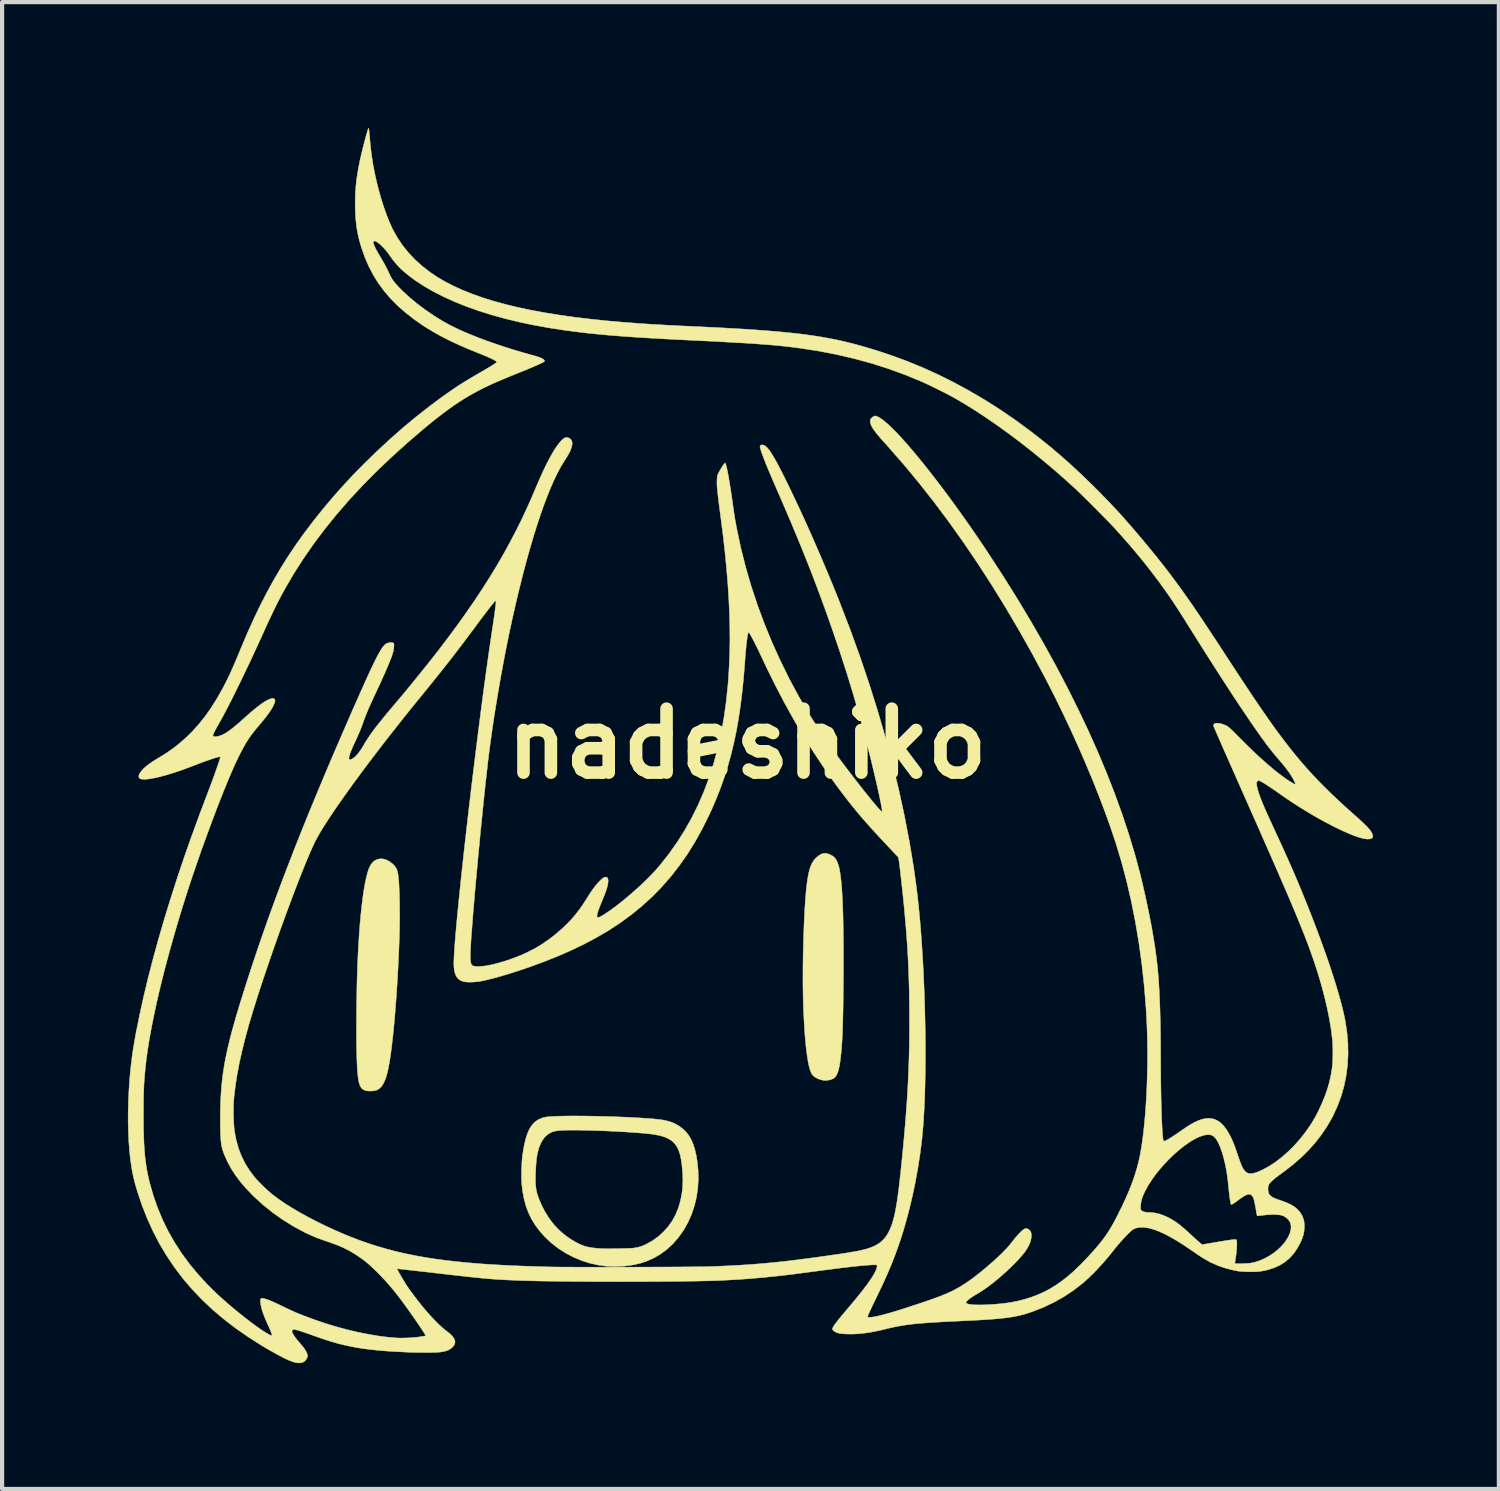
<source format=kicad_pcb>
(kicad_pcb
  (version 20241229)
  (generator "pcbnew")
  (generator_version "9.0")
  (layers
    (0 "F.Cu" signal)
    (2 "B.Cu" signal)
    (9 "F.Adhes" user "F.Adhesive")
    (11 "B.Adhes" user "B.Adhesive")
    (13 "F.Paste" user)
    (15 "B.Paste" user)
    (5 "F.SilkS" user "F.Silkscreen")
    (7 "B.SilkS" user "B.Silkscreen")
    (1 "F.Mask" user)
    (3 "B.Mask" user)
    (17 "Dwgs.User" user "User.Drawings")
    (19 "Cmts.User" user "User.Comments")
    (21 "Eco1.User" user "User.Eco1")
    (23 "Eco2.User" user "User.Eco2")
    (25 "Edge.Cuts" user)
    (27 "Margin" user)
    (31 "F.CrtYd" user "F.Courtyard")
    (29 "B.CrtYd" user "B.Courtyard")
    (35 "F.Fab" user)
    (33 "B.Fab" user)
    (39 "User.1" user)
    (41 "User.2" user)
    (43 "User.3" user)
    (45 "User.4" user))
  (footprint "nadeshiko"
    (layer "F.Cu")
    (at 14.765 14.681)
    (property "Reference" "nadeshiko" (at 0 0 0) (layer "F.SilkS") (effects (font (size 1.524 1.524) (thickness 0.3))))
    (attr through_hole)
    (fp_poly (pts (xy -8.664 2.75) (xy -8.588 2.776) (xy -8.523 2.814) (xy -8.454 2.866) (xy -8.403 2.919) (xy -8.366 2.974) (xy -8.341 3.035) (xy -8.335 3.058) (xy -8.326 3.109) (xy -8.317 3.179) (xy -8.309 3.265) (xy -8.302 3.365) (xy -8.297 3.479) (xy -8.292 3.604) (xy -8.289 3.739) (xy -8.287 3.882) (xy -8.286 4.031) (xy -8.286 4.186) (xy -8.288 4.344) (xy -8.291 4.503) (xy -8.294 4.611) (xy -8.302 4.846) (xy -8.312 5.082) (xy -8.323 5.318) (xy -8.336 5.553) (xy -8.35 5.785) (xy -8.365 6.014) (xy -8.382 6.237) (xy -8.399 6.452) (xy -8.417 6.66) (xy -8.436 6.857) (xy -8.456 7.043) (xy -8.476 7.217) (xy -8.497 7.376) (xy -8.518 7.52) (xy -8.539 7.646) (xy -8.554 7.724) (xy -8.582 7.85) (xy -8.613 7.958) (xy -8.647 8.048) (xy -8.685 8.122) (xy -8.726 8.181) (xy -8.772 8.224) (xy -8.822 8.255) (xy -8.824 8.256) (xy -8.87 8.27) (xy -8.927 8.279) (xy -8.989 8.282) (xy -9.048 8.28) (xy -9.095 8.272) (xy -9.127 8.261) (xy -9.156 8.246) (xy -9.182 8.226) (xy -9.204 8.201) (xy -9.224 8.168) (xy -9.241 8.127) (xy -9.256 8.078) (xy -9.268 8.018) (xy -9.279 7.947) (xy -9.288 7.863) (xy -9.295 7.766) (xy -9.301 7.655) (xy -9.306 7.528) (xy -9.31 7.385) (xy -9.313 7.223) (xy -9.315 7.097) (xy -9.316 6.98) (xy -9.316 6.846) (xy -9.316 6.7) (xy -9.315 6.544) (xy -9.314 6.382) (xy -9.312 6.217) (xy -9.309 6.051) (xy -9.307 5.888) (xy -9.304 5.731) (xy -9.3 5.583) (xy -9.296 5.447) (xy -9.292 5.327) (xy -9.291 5.28) (xy -9.278 5.003) (xy -9.263 4.739) (xy -9.247 4.49) (xy -9.229 4.256) (xy -9.208 4.038) (xy -9.186 3.835) (xy -9.163 3.649) (xy -9.138 3.48) (xy -9.111 3.328) (xy -9.082 3.194) (xy -9.053 3.079) (xy -9.021 2.983) (xy -9.016 2.968) (xy -8.977 2.89) (xy -8.928 2.828) (xy -8.871 2.782) (xy -8.807 2.754) (xy -8.737 2.743) (xy -8.664 2.75)) (stroke (width 0.01) (type solid)) (fill yes) (layer "F.SilkS"))
    (fp_poly (pts (xy 1.916 2.622) (xy 1.978 2.645) (xy 1.98 2.646) (xy 2.035 2.676) (xy 2.079 2.712) (xy 2.114 2.756) (xy 2.144 2.812) (xy 2.17 2.883) (xy 2.178 2.906) (xy 2.195 2.973) (xy 2.21 3.053) (xy 2.224 3.148) (xy 2.237 3.257) (xy 2.249 3.381) (xy 2.259 3.52) (xy 2.268 3.675) (xy 2.275 3.846) (xy 2.282 4.033) (xy 2.287 4.238) (xy 2.29 4.46) (xy 2.293 4.699) (xy 2.294 4.957) (xy 2.294 5.233) (xy 2.293 5.528) (xy 2.292 5.652) (xy 2.291 5.862) (xy 2.289 6.054) (xy 2.287 6.23) (xy 2.284 6.39) (xy 2.281 6.536) (xy 2.278 6.67) (xy 2.274 6.792) (xy 2.27 6.905) (xy 2.265 7.009) (xy 2.26 7.106) (xy 2.253 7.197) (xy 2.247 7.285) (xy 2.239 7.369) (xy 2.231 7.444) (xy 2.217 7.568) (xy 2.2 7.673) (xy 2.181 7.762) (xy 2.159 7.834) (xy 2.134 7.893) (xy 2.106 7.938) (xy 2.073 7.971) (xy 2.043 7.99) (xy 1.988 8.011) (xy 1.924 8.024) (xy 1.859 8.029) (xy 1.802 8.024) (xy 1.728 8.004) (xy 1.659 7.975) (xy 1.602 7.94) (xy 1.559 7.901) (xy 1.547 7.885) (xy 1.52 7.835) (xy 1.495 7.766) (xy 1.472 7.679) (xy 1.45 7.572) (xy 1.43 7.448) (xy 1.411 7.306) (xy 1.394 7.146) (xy 1.378 6.97) (xy 1.365 6.776) (xy 1.353 6.567) (xy 1.342 6.341) (xy 1.338 6.233) (xy 1.334 6.072) (xy 1.331 5.899) (xy 1.329 5.717) (xy 1.329 5.526) (xy 1.33 5.33) (xy 1.332 5.13) (xy 1.336 4.929) (xy 1.341 4.729) (xy 1.347 4.532) (xy 1.354 4.339) (xy 1.362 4.154) (xy 1.371 3.978) (xy 1.381 3.814) (xy 1.392 3.664) (xy 1.403 3.529) (xy 1.412 3.439) (xy 1.429 3.299) (xy 1.448 3.178) (xy 1.469 3.073) (xy 1.493 2.983) (xy 1.52 2.906) (xy 1.55 2.841) (xy 1.585 2.786) (xy 1.624 2.739) (xy 1.638 2.726) (xy 1.699 2.673) (xy 1.755 2.637) (xy 1.808 2.617) (xy 1.86 2.612) (xy 1.916 2.622)) (stroke (width 0.01) (type solid)) (fill yes) (layer "F.SilkS"))
    (fp_poly (pts (xy -3.911 8.877) (xy -3.754 8.879) (xy -3.592 8.882) (xy -3.426 8.886) (xy -3.258 8.891) (xy -3.087 8.897) (xy -2.917 8.904) (xy -2.748 8.912) (xy -2.583 8.921) (xy -2.421 8.932) (xy -2.374 8.935) (xy -2.245 8.945) (xy -2.134 8.956) (xy -2.037 8.968) (xy -1.953 8.984) (xy -1.878 9.002) (xy -1.81 9.024) (xy -1.747 9.049) (xy -1.687 9.08) (xy -1.626 9.116) (xy -1.619 9.121) (xy -1.534 9.184) (xy -1.459 9.256) (xy -1.394 9.339) (xy -1.338 9.435) (xy -1.29 9.544) (xy -1.25 9.668) (xy -1.217 9.809) (xy -1.192 9.961) (xy -1.17 10.178) (xy -1.166 10.394) (xy -1.179 10.606) (xy -1.21 10.813) (xy -1.258 11.015) (xy -1.322 11.209) (xy -1.403 11.395) (xy -1.5 11.572) (xy -1.534 11.625) (xy -1.649 11.784) (xy -1.775 11.927) (xy -1.911 12.053) (xy -2.057 12.162) (xy -2.213 12.255) (xy -2.379 12.331) (xy -2.555 12.39) (xy -2.74 12.431) (xy -2.934 12.456) (xy -3.138 12.464) (xy -3.155 12.464) (xy -3.211 12.463) (xy -3.263 12.462) (xy -3.307 12.461) (xy -3.338 12.459) (xy -3.346 12.459) (xy -3.553 12.431) (xy -3.756 12.385) (xy -3.954 12.322) (xy -4.146 12.241) (xy -4.33 12.144) (xy -4.505 12.032) (xy -4.668 11.905) (xy -4.818 11.764) (xy -4.824 11.758) (xy -4.947 11.62) (xy -5.053 11.479) (xy -5.143 11.332) (xy -5.217 11.179) (xy -5.277 11.016) (xy -5.323 10.843) (xy -5.357 10.656) (xy -5.374 10.512) (xy -5.378 10.441) (xy -5.379 10.418) (xy -5.049 10.418) (xy -5.048 10.463) (xy -5.041 10.561) (xy -5.028 10.648) (xy -5.008 10.732) (xy -4.979 10.819) (xy -4.966 10.854) (xy -4.898 11.01) (xy -4.826 11.152) (xy -4.746 11.282) (xy -4.656 11.407) (xy -4.581 11.497) (xy -4.499 11.583) (xy -4.406 11.667) (xy -4.305 11.747) (xy -4.199 11.82) (xy -4.091 11.884) (xy -3.986 11.937) (xy -3.886 11.977) (xy -3.839 11.991) (xy -3.771 12.006) (xy -3.687 12.019) (xy -3.591 12.03) (xy -3.487 12.038) (xy -3.463 12.04) (xy -3.422 12.041) (xy -3.366 12.042) (xy -3.3 12.042) (xy -3.225 12.041) (xy -3.145 12.04) (xy -3.063 12.039) (xy -2.983 12.037) (xy -2.907 12.035) (xy -2.839 12.033) (xy -2.782 12.031) (xy -2.738 12.028) (xy -2.716 12.026) (xy -2.637 12.014) (xy -2.569 11.998) (xy -2.506 11.977) (xy -2.438 11.948) (xy -2.416 11.938) (xy -2.265 11.854) (xy -2.125 11.755) (xy -1.998 11.64) (xy -1.887 11.517) (xy -1.791 11.383) (xy -1.711 11.238) (xy -1.646 11.082) (xy -1.595 10.915) (xy -1.559 10.734) (xy -1.543 10.61) (xy -1.536 10.514) (xy -1.534 10.406) (xy -1.537 10.291) (xy -1.544 10.173) (xy -1.556 10.057) (xy -1.57 9.948) (xy -1.588 9.85) (xy -1.602 9.79) (xy -1.636 9.69) (xy -1.679 9.603) (xy -1.733 9.53) (xy -1.799 9.468) (xy -1.878 9.417) (xy -1.972 9.376) (xy -2.081 9.343) (xy -2.198 9.321) (xy -2.279 9.309) (xy -2.376 9.298) (xy -2.489 9.287) (xy -2.614 9.277) (xy -2.75 9.267) (xy -2.894 9.257) (xy -3.044 9.249) (xy -3.198 9.241) (xy -3.354 9.233) (xy -3.51 9.227) (xy -3.663 9.222) (xy -3.811 9.218) (xy -3.953 9.215) (xy -4.086 9.214) (xy -4.208 9.214) (xy -4.316 9.215) (xy -4.409 9.218) (xy -4.474 9.222) (xy -4.552 9.231) (xy -4.618 9.246) (xy -4.676 9.268) (xy -4.732 9.3) (xy -4.767 9.325) (xy -4.827 9.38) (xy -4.881 9.452) (xy -4.928 9.54) (xy -4.968 9.642) (xy -4.999 9.756) (xy -5.021 9.88) (xy -5.027 9.938) (xy -5.033 10.011) (xy -5.039 10.093) (xy -5.043 10.18) (xy -5.047 10.266) (xy -5.049 10.347) (xy -5.049 10.418) (xy -5.379 10.418) (xy -5.381 10.356) (xy -5.381 10.262) (xy -5.38 10.163) (xy -5.376 10.064) (xy -5.372 9.971) (xy -5.365 9.887) (xy -5.359 9.828) (xy -5.334 9.668) (xy -5.306 9.526) (xy -5.275 9.401) (xy -5.238 9.292) (xy -5.197 9.199) (xy -5.15 9.12) (xy -5.097 9.054) (xy -5.037 9) (xy -4.969 8.958) (xy -4.893 8.925) (xy -4.839 8.909) (xy -4.795 8.901) (xy -4.733 8.894) (xy -4.655 8.888) (xy -4.561 8.883) (xy -4.453 8.88) (xy -4.333 8.877) (xy -4.201 8.876) (xy -4.06 8.876) (xy -3.911 8.877)) (stroke (width 0.01) (type solid)) (fill yes) (layer "F.SilkS"))
    (fp_poly (pts (xy -9.023 -14.664) (xy -9.019 -14.636) (xy -9.014 -14.597) (xy -9.01 -14.549) (xy -9.008 -14.532) (xy -8.994 -14.379) (xy -8.981 -14.243) (xy -8.967 -14.119) (xy -8.952 -14.005) (xy -8.936 -13.896) (xy -8.918 -13.789) (xy -8.897 -13.681) (xy -8.884 -13.613) (xy -8.837 -13.401) (xy -8.784 -13.191) (xy -8.727 -12.988) (xy -8.665 -12.794) (xy -8.6 -12.611) (xy -8.533 -12.441) (xy -8.464 -12.288) (xy -8.441 -12.243) (xy -8.336 -12.056) (xy -8.214 -11.876) (xy -8.074 -11.703) (xy -7.919 -11.54) (xy -7.749 -11.386) (xy -7.566 -11.244) (xy -7.561 -11.24) (xy -7.389 -11.125) (xy -7.203 -11.016) (xy -7.002 -10.912) (xy -6.787 -10.814) (xy -6.557 -10.722) (xy -6.311 -10.635) (xy -6.049 -10.553) (xy -5.772 -10.477) (xy -5.478 -10.405) (xy -5.167 -10.339) (xy -4.84 -10.278) (xy -4.495 -10.222) (xy -4.133 -10.171) (xy -3.753 -10.125) (xy -3.355 -10.083) (xy -2.938 -10.047) (xy -2.638 -10.024) (xy -2.532 -10.016) (xy -2.429 -10.009) (xy -2.327 -10.003) (xy -2.224 -9.996) (xy -2.118 -9.99) (xy -2.005 -9.984) (xy -1.885 -9.977) (xy -1.755 -9.971) (xy -1.613 -9.963) (xy -1.456 -9.956) (xy -1.282 -9.948) (xy -1.226 -9.945) (xy -0.91 -9.93) (xy -0.612 -9.915) (xy -0.331 -9.899) (xy -0.067 -9.884) (xy 0.182 -9.867) (xy 0.418 -9.85) (xy 0.64 -9.832) (xy 0.85 -9.813) (xy 1.049 -9.793) (xy 1.239 -9.772) (xy 1.42 -9.749) (xy 1.594 -9.724) (xy 1.761 -9.698) (xy 1.923 -9.669) (xy 2.081 -9.639) (xy 2.236 -9.606) (xy 2.388 -9.57) (xy 2.54 -9.532) (xy 2.691 -9.491) (xy 2.844 -9.447) (xy 3 -9.4) (xy 3.159 -9.35) (xy 3.322 -9.296) (xy 3.449 -9.253) (xy 3.814 -9.119) (xy 4.182 -8.968) (xy 4.552 -8.8) (xy 4.921 -8.616) (xy 5.288 -8.417) (xy 5.651 -8.205) (xy 6.008 -7.979) (xy 6.356 -7.742) (xy 6.443 -7.68) (xy 6.717 -7.478) (xy 6.979 -7.276) (xy 7.234 -7.071) (xy 7.483 -6.859) (xy 7.732 -6.638) (xy 7.982 -6.405) (xy 8.237 -6.157) (xy 8.239 -6.155) (xy 8.382 -6.012) (xy 8.516 -5.876) (xy 8.644 -5.743) (xy 8.769 -5.611) (xy 8.892 -5.477) (xy 9.015 -5.339) (xy 9.142 -5.195) (xy 9.273 -5.041) (xy 9.413 -4.876) (xy 9.512 -4.758) (xy 9.62 -4.626) (xy 9.724 -4.499) (xy 9.824 -4.374) (xy 9.921 -4.251) (xy 10.017 -4.128) (xy 10.112 -4.003) (xy 10.206 -3.876) (xy 10.302 -3.746) (xy 10.399 -3.61) (xy 10.499 -3.469) (xy 10.603 -3.32) (xy 10.711 -3.162) (xy 10.824 -2.994) (xy 10.944 -2.815) (xy 11.071 -2.623) (xy 11.206 -2.418) (xy 11.35 -2.198) (xy 11.4 -2.12) (xy 11.545 -1.899) (xy 11.679 -1.693) (xy 11.805 -1.502) (xy 11.923 -1.325) (xy 12.032 -1.16) (xy 12.135 -1.007) (xy 12.232 -0.865) (xy 12.323 -0.733) (xy 12.409 -0.61) (xy 12.49 -0.494) (xy 12.568 -0.385) (xy 12.643 -0.282) (xy 12.693 -0.215) (xy 12.827 -0.037) (xy 12.958 0.131) (xy 13.089 0.293) (xy 13.219 0.448) (xy 13.352 0.6) (xy 13.489 0.75) (xy 13.631 0.899) (xy 13.78 1.05) (xy 13.938 1.205) (xy 14.107 1.364) (xy 14.287 1.53) (xy 14.482 1.704) (xy 14.567 1.78) (xy 14.654 1.859) (xy 14.727 1.927) (xy 14.786 1.987) (xy 14.832 2.04) (xy 14.868 2.087) (xy 14.893 2.129) (xy 14.909 2.168) (xy 14.91 2.171) (xy 14.916 2.211) (xy 14.907 2.241) (xy 14.882 2.261) (xy 14.841 2.272) (xy 14.784 2.274) (xy 14.766 2.273) (xy 14.699 2.263) (xy 14.618 2.243) (xy 14.524 2.213) (xy 14.418 2.173) (xy 14.302 2.124) (xy 14.177 2.068) (xy 14.044 2.004) (xy 13.906 1.934) (xy 13.762 1.858) (xy 13.614 1.776) (xy 13.465 1.691) (xy 13.315 1.601) (xy 13.165 1.508) (xy 13.017 1.413) (xy 12.873 1.317) (xy 12.795 1.263) (xy 12.678 1.181) (xy 12.576 1.11) (xy 12.487 1.05) (xy 12.412 1) (xy 12.349 0.959) (xy 12.298 0.928) (xy 12.257 0.904) (xy 12.227 0.889) (xy 12.205 0.881) (xy 12.194 0.879) (xy 12.171 0.888) (xy 12.153 0.911) (xy 12.144 0.943) (xy 12.143 0.953) (xy 12.146 0.976) (xy 12.152 1.012) (xy 12.161 1.055) (xy 12.166 1.076) (xy 12.18 1.126) (xy 12.197 1.18) (xy 12.217 1.239) (xy 12.242 1.305) (xy 12.271 1.379) (xy 12.305 1.462) (xy 12.345 1.555) (xy 12.392 1.661) (xy 12.445 1.779) (xy 12.506 1.912) (xy 12.575 2.061) (xy 12.597 2.11) (xy 12.697 2.325) (xy 12.789 2.526) (xy 12.874 2.716) (xy 12.955 2.897) (xy 13.032 3.073) (xy 13.106 3.246) (xy 13.179 3.421) (xy 13.252 3.599) (xy 13.327 3.784) (xy 13.379 3.913) (xy 13.488 4.192) (xy 13.592 4.464) (xy 13.69 4.729) (xy 13.782 4.985) (xy 13.868 5.231) (xy 13.946 5.468) (xy 14.018 5.692) (xy 14.082 5.904) (xy 14.138 6.103) (xy 14.187 6.287) (xy 14.227 6.456) (xy 14.258 6.609) (xy 14.258 6.611) (xy 14.299 6.879) (xy 14.322 7.145) (xy 14.326 7.406) (xy 14.312 7.663) (xy 14.28 7.915) (xy 14.23 8.161) (xy 14.162 8.401) (xy 14.076 8.634) (xy 13.973 8.859) (xy 13.928 8.945) (xy 13.811 9.145) (xy 13.682 9.334) (xy 13.541 9.515) (xy 13.385 9.689) (xy 13.215 9.858) (xy 13.028 10.022) (xy 12.823 10.183) (xy 12.731 10.25) (xy 12.637 10.32) (xy 12.56 10.381) (xy 12.501 10.433) (xy 12.46 10.478) (xy 12.436 10.513) (xy 12.422 10.555) (xy 12.417 10.607) (xy 12.419 10.661) (xy 12.43 10.71) (xy 12.435 10.723) (xy 12.453 10.753) (xy 12.476 10.779) (xy 12.509 10.804) (xy 12.553 10.828) (xy 12.611 10.852) (xy 12.684 10.879) (xy 12.724 10.892) (xy 12.846 10.937) (xy 12.951 10.984) (xy 13.038 11.036) (xy 13.111 11.094) (xy 13.17 11.157) (xy 13.217 11.228) (xy 13.232 11.257) (xy 13.26 11.327) (xy 13.277 11.396) (xy 13.285 11.47) (xy 13.283 11.55) (xy 13.274 11.637) (xy 13.257 11.719) (xy 13.229 11.803) (xy 13.19 11.894) (xy 13.188 11.897) (xy 13.113 12.035) (xy 13.028 12.158) (xy 12.932 12.264) (xy 12.824 12.355) (xy 12.705 12.431) (xy 12.572 12.492) (xy 12.426 12.54) (xy 12.412 12.544) (xy 12.33 12.563) (xy 12.252 12.577) (xy 12.175 12.586) (xy 12.092 12.59) (xy 11.998 12.591) (xy 11.925 12.59) (xy 11.85 12.587) (xy 11.79 12.584) (xy 11.738 12.579) (xy 11.689 12.572) (xy 11.638 12.563) (xy 11.601 12.555) (xy 11.405 12.505) (xy 11.22 12.442) (xy 11.043 12.363) (xy 10.872 12.267) (xy 10.761 12.194) (xy 10.668 12.131) (xy 10.59 12.077) (xy 10.523 12.032) (xy 10.467 11.994) (xy 10.418 11.961) (xy 10.375 11.933) (xy 10.335 11.908) (xy 10.298 11.884) (xy 10.261 11.861) (xy 10.104 11.769) (xy 9.958 11.692) (xy 9.823 11.63) (xy 9.699 11.583) (xy 9.585 11.551) (xy 9.48 11.534) (xy 9.385 11.531) (xy 9.33 11.537) (xy 9.289 11.545) (xy 9.249 11.556) (xy 9.221 11.567) (xy 9.188 11.589) (xy 9.144 11.625) (xy 9.092 11.674) (xy 9.033 11.733) (xy 8.969 11.802) (xy 8.901 11.878) (xy 8.83 11.96) (xy 8.76 12.046) (xy 8.718 12.099) (xy 8.61 12.233) (xy 8.496 12.366) (xy 8.38 12.494) (xy 8.265 12.615) (xy 8.152 12.726) (xy 8.044 12.824) (xy 7.988 12.872) (xy 7.772 13.038) (xy 7.547 13.187) (xy 7.311 13.32) (xy 7.065 13.437) (xy 6.808 13.538) (xy 6.775 13.549) (xy 6.702 13.574) (xy 6.631 13.596) (xy 6.559 13.616) (xy 6.486 13.634) (xy 6.411 13.651) (xy 6.331 13.665) (xy 6.246 13.679) (xy 6.154 13.691) (xy 6.053 13.702) (xy 5.942 13.713) (xy 5.819 13.723) (xy 5.684 13.732) (xy 5.535 13.741) (xy 5.369 13.75) (xy 5.187 13.759) (xy 5.065 13.765) (xy 4.869 13.774) (xy 4.691 13.783) (xy 4.529 13.792) (xy 4.381 13.801) (xy 4.248 13.811) (xy 4.125 13.821) (xy 4.013 13.831) (xy 3.909 13.842) (xy 3.813 13.855) (xy 3.721 13.868) (xy 3.634 13.883) (xy 3.548 13.899) (xy 3.464 13.917) (xy 3.378 13.936) (xy 3.298 13.956) (xy 3.137 13.994) (xy 2.988 14.024) (xy 2.848 14.047) (xy 2.71 14.064) (xy 2.659 14.068) (xy 2.581 14.073) (xy 2.499 14.076) (xy 2.417 14.075) (xy 2.339 14.073) (xy 2.268 14.068) (xy 2.21 14.061) (xy 2.174 14.053) (xy 2.128 14.038) (xy 2.087 14.017) (xy 2.055 13.994) (xy 2.037 13.972) (xy 2.034 13.963) (xy 2.034 13.948) (xy 2.039 13.93) (xy 2.049 13.907) (xy 2.066 13.878) (xy 2.091 13.843) (xy 2.124 13.799) (xy 2.165 13.746) (xy 2.217 13.682) (xy 2.28 13.606) (xy 2.354 13.518) (xy 2.39 13.476) (xy 2.514 13.329) (xy 2.625 13.194) (xy 2.723 13.072) (xy 2.808 12.962) (xy 2.882 12.862) (xy 2.944 12.773) (xy 2.995 12.694) (xy 3.035 12.625) (xy 3.066 12.563) (xy 3.074 12.544) (xy 3.09 12.499) (xy 3.096 12.462) (xy 3.094 12.437) (xy 3.082 12.426) (xy 3.08 12.426) (xy 3.029 12.425) (xy 2.965 12.427) (xy 2.887 12.432) (xy 2.794 12.439) (xy 2.685 12.449) (xy 2.561 12.462) (xy 2.419 12.478) (xy 2.261 12.497) (xy 2.085 12.519) (xy 1.89 12.544) (xy 1.739 12.564) (xy 1.604 12.582) (xy 1.486 12.597) (xy 1.383 12.611) (xy 1.295 12.622) (xy 1.218 12.632) (xy 1.15 12.641) (xy 1.091 12.649) (xy 1.037 12.655) (xy 0.988 12.661) (xy 0.94 12.667) (xy 0.893 12.673) (xy 0.843 12.678) (xy 0.791 12.684) (xy 0.742 12.69) (xy 0.393 12.726) (xy 0.051 12.756) (xy -0.292 12.779) (xy -0.645 12.798) (xy -0.652 12.798) (xy -0.762 12.802) (xy -0.891 12.806) (xy -1.036 12.809) (xy -1.196 12.813) (xy -1.369 12.815) (xy -1.555 12.818) (xy -1.751 12.82) (xy -1.956 12.822) (xy -2.169 12.823) (xy -2.388 12.824) (xy -2.612 12.825) (xy -2.838 12.825) (xy -3.066 12.826) (xy -3.295 12.825) (xy -3.521 12.825) (xy -3.745 12.824) (xy -3.965 12.822) (xy -4.179 12.821) (xy -4.385 12.819) (xy -4.582 12.816) (xy -4.769 12.814) (xy -4.944 12.811) (xy -5.106 12.807) (xy -5.253 12.804) (xy -5.383 12.8) (xy -5.437 12.798) (xy -5.559 12.793) (xy -5.672 12.788) (xy -5.778 12.783) (xy -5.88 12.777) (xy -5.98 12.771) (xy -6.08 12.764) (xy -6.181 12.756) (xy -6.287 12.746) (xy -6.4 12.736) (xy -6.52 12.723) (xy -6.652 12.709) (xy -6.797 12.693) (xy -6.956 12.675) (xy -7.127 12.656) (xy -7.334 12.632) (xy -7.522 12.61) (xy -7.691 12.591) (xy -7.84 12.574) (xy -7.971 12.559) (xy -8.082 12.547) (xy -8.173 12.537) (xy -8.246 12.529) (xy -8.3 12.523) (xy -8.334 12.52) (xy -8.35 12.519) (xy -8.35 12.519) (xy -8.347 12.528) (xy -8.335 12.551) (xy -8.316 12.586) (xy -8.292 12.629) (xy -8.264 12.677) (xy -8.234 12.729) (xy -8.203 12.782) (xy -8.172 12.832) (xy -8.145 12.877) (xy -8.121 12.915) (xy -8.107 12.937) (xy -8.068 12.993) (xy -8.02 13.059) (xy -7.965 13.133) (xy -7.907 13.211) (xy -7.848 13.287) (xy -7.791 13.359) (xy -7.74 13.423) (xy -7.728 13.438) (xy -7.602 13.585) (xy -7.483 13.715) (xy -7.373 13.827) (xy -7.27 13.922) (xy -7.176 14) (xy -7.161 14.011) (xy -7.084 14.072) (xy -7.026 14.131) (xy -6.988 14.186) (xy -6.968 14.238) (xy -6.967 14.288) (xy -6.985 14.336) (xy -7.021 14.382) (xy -7.031 14.391) (xy -7.076 14.428) (xy -7.122 14.456) (xy -7.175 14.477) (xy -7.236 14.492) (xy -7.312 14.504) (xy -7.339 14.507) (xy -7.39 14.511) (xy -7.457 14.514) (xy -7.538 14.516) (xy -7.631 14.517) (xy -7.731 14.516) (xy -7.837 14.515) (xy -7.945 14.513) (xy -8.053 14.51) (xy -8.118 14.507) (xy -8.353 14.496) (xy -8.57 14.483) (xy -8.772 14.466) (xy -8.96 14.447) (xy -9.138 14.425) (xy -9.306 14.399) (xy -9.468 14.368) (xy -9.625 14.334) (xy -9.779 14.295) (xy -9.932 14.25) (xy -10.086 14.201) (xy -10.17 14.172) (xy -10.242 14.147) (xy -10.324 14.118) (xy -10.407 14.089) (xy -10.483 14.062) (xy -10.521 14.048) (xy -10.614 14.017) (xy -10.69 13.992) (xy -10.749 13.976) (xy -10.792 13.967) (xy -10.82 13.965) (xy -10.828 13.966) (xy -10.843 13.98) (xy -10.85 13.997) (xy -10.851 14.02) (xy -10.843 14.05) (xy -10.824 14.086) (xy -10.795 14.131) (xy -10.754 14.186) (xy -10.7 14.252) (xy -10.633 14.33) (xy -10.619 14.346) (xy -10.573 14.403) (xy -10.535 14.46) (xy -10.505 14.515) (xy -10.487 14.563) (xy -10.482 14.595) (xy -10.49 14.633) (xy -10.51 14.673) (xy -10.539 14.71) (xy -10.572 14.738) (xy -10.58 14.742) (xy -10.64 14.761) (xy -10.709 14.764) (xy -10.741 14.76) (xy -10.801 14.746) (xy -10.873 14.722) (xy -10.958 14.687) (xy -11.056 14.641) (xy -11.167 14.583) (xy -11.292 14.514) (xy -11.432 14.434) (xy -11.577 14.348) (xy -11.896 14.145) (xy -12.199 13.935) (xy -12.483 13.716) (xy -12.751 13.489) (xy -13.001 13.253) (xy -13.235 13.007) (xy -13.453 12.752) (xy -13.654 12.487) (xy -13.84 12.211) (xy -14.011 11.925) (xy -14.166 11.627) (xy -14.306 11.318) (xy -14.432 10.997) (xy -14.543 10.664) (xy -14.599 10.473) (xy -14.639 10.31) (xy -14.674 10.129) (xy -14.702 9.934) (xy -14.726 9.723) (xy -14.743 9.5) (xy -14.754 9.266) (xy -14.76 9.022) (xy -14.76 8.851) (xy -14.395 8.851) (xy -14.394 9.049) (xy -14.392 9.229) (xy -14.387 9.395) (xy -14.381 9.546) (xy -14.372 9.687) (xy -14.361 9.818) (xy -14.347 9.942) (xy -14.33 10.061) (xy -14.311 10.177) (xy -14.288 10.291) (xy -14.262 10.407) (xy -14.248 10.463) (xy -14.162 10.766) (xy -14.06 11.06) (xy -13.941 11.346) (xy -13.805 11.624) (xy -13.651 11.894) (xy -13.48 12.157) (xy -13.291 12.413) (xy -13.083 12.663) (xy -12.857 12.908) (xy -12.738 13.027) (xy -12.632 13.128) (xy -12.513 13.236) (xy -12.386 13.348) (xy -12.253 13.461) (xy -12.117 13.572) (xy -11.981 13.681) (xy -11.848 13.784) (xy -11.721 13.878) (xy -11.604 13.961) (xy -11.562 13.99) (xy -11.517 14.019) (xy -11.47 14.047) (xy -11.426 14.073) (xy -11.387 14.095) (xy -11.356 14.11) (xy -11.338 14.116) (xy -11.336 14.117) (xy -11.331 14.108) (xy -11.334 14.084) (xy -11.345 14.047) (xy -11.363 13.997) (xy -11.389 13.938) (xy -11.413 13.884) (xy -11.47 13.76) (xy -11.517 13.645) (xy -11.555 13.539) (xy -11.582 13.445) (xy -11.599 13.364) (xy -11.606 13.298) (xy -11.606 13.295) (xy -11.604 13.255) (xy -11.595 13.231) (xy -11.576 13.222) (xy -11.544 13.224) (xy -11.525 13.228) (xy -11.475 13.242) (xy -11.416 13.262) (xy -11.346 13.29) (xy -11.264 13.327) (xy -11.167 13.372) (xy -11.113 13.398) (xy -11.022 13.442) (xy -10.945 13.479) (xy -10.877 13.51) (xy -10.814 13.539) (xy -10.752 13.566) (xy -10.686 13.593) (xy -10.612 13.623) (xy -10.561 13.643) (xy -10.308 13.737) (xy -10.05 13.824) (xy -9.79 13.903) (xy -9.529 13.973) (xy -9.271 14.034) (xy -9.018 14.084) (xy -8.773 14.125) (xy -8.537 14.154) (xy -8.343 14.169) (xy -8.27 14.171) (xy -8.184 14.17) (xy -8.09 14.167) (xy -7.993 14.161) (xy -7.901 14.153) (xy -7.83 14.145) (xy -7.777 14.137) (xy -7.73 14.13) (xy -7.694 14.123) (xy -7.671 14.118) (xy -7.665 14.116) (xy -7.669 14.107) (xy -7.682 14.083) (xy -7.703 14.047) (xy -7.732 14.002) (xy -7.768 13.948) (xy -7.808 13.888) (xy -7.826 13.861) (xy -7.941 13.693) (xy -8.048 13.541) (xy -8.148 13.402) (xy -8.241 13.275) (xy -8.33 13.158) (xy -8.415 13.051) (xy -8.498 12.951) (xy -8.58 12.856) (xy -8.663 12.765) (xy -8.747 12.677) (xy -8.806 12.616) (xy -8.884 12.54) (xy -8.952 12.475) (xy -9.013 12.419) (xy -9.071 12.369) (xy -9.129 12.323) (xy -9.191 12.278) (xy -9.259 12.231) (xy -9.271 12.222) (xy -9.363 12.162) (xy -9.452 12.108) (xy -9.541 12.06) (xy -9.633 12.015) (xy -9.732 11.972) (xy -9.841 11.929) (xy -9.965 11.885) (xy -10.023 11.865) (xy -10.142 11.824) (xy -10.248 11.785) (xy -10.345 11.745) (xy -10.44 11.703) (xy -10.538 11.657) (xy -10.58 11.636) (xy -10.831 11.5) (xy -11.076 11.347) (xy -11.313 11.179) (xy -11.539 10.998) (xy -11.751 10.806) (xy -11.797 10.761) (xy -11.949 10.602) (xy -12.083 10.446) (xy -12.2 10.29) (xy -12.302 10.132) (xy -12.389 9.972) (xy -12.463 9.807) (xy -12.469 9.793) (xy -12.49 9.737) (xy -12.508 9.682) (xy -12.523 9.626) (xy -12.535 9.566) (xy -12.544 9.5) (xy -12.551 9.427) (xy -12.557 9.343) (xy -12.56 9.248) (xy -12.562 9.137) (xy -12.563 9.01) (xy -12.563 8.973) (xy -12.562 8.811) (xy -12.249 8.811) (xy -12.247 8.921) (xy -12.242 9.028) (xy -12.236 9.127) (xy -12.227 9.214) (xy -12.222 9.254) (xy -12.182 9.46) (xy -12.127 9.653) (xy -12.056 9.836) (xy -11.969 10.011) (xy -11.865 10.177) (xy -11.757 10.321) (xy -11.708 10.378) (xy -11.647 10.444) (xy -11.579 10.513) (xy -11.506 10.584) (xy -11.433 10.651) (xy -11.364 10.712) (xy -11.318 10.75) (xy -11.181 10.853) (xy -11.026 10.96) (xy -10.855 11.068) (xy -10.669 11.177) (xy -10.47 11.287) (xy -10.259 11.396) (xy -10.258 11.397) (xy -10.047 11.5) (xy -9.839 11.596) (xy -9.633 11.686) (xy -9.427 11.77) (xy -9.22 11.849) (xy -9.012 11.921) (xy -8.802 11.988) (xy -8.588 12.05) (xy -8.369 12.107) (xy -8.144 12.159) (xy -7.912 12.206) (xy -7.673 12.249) (xy -7.425 12.287) (xy -7.166 12.322) (xy -6.896 12.352) (xy -6.615 12.379) (xy -6.32 12.403) (xy -6.01 12.423) (xy -5.686 12.441) (xy -5.345 12.455) (xy -4.986 12.467) (xy -4.67 12.475) (xy -4.61 12.476) (xy -4.533 12.477) (xy -4.44 12.478) (xy -4.333 12.479) (xy -4.212 12.479) (xy -4.08 12.48) (xy -3.937 12.48) (xy -3.785 12.48) (xy -3.626 12.481) (xy -3.46 12.481) (xy -3.288 12.481) (xy -3.113 12.48) (xy -2.936 12.48) (xy -2.757 12.48) (xy -2.579 12.479) (xy -2.402 12.479) (xy -2.228 12.478) (xy -2.058 12.478) (xy -1.894 12.477) (xy -1.737 12.476) (xy -1.588 12.475) (xy -1.448 12.474) (xy -1.32 12.473) (xy -1.204 12.472) (xy -1.101 12.471) (xy -1.013 12.47) (xy -0.942 12.468) (xy -0.888 12.467) (xy -0.869 12.466) (xy -0.642 12.457) (xy -0.426 12.447) (xy -0.219 12.436) (xy -0.02 12.424) (xy 0.175 12.41) (xy 0.368 12.394) (xy 0.562 12.376) (xy 0.759 12.356) (xy 0.962 12.334) (xy 1.173 12.308) (xy 1.394 12.28) (xy 1.629 12.249) (xy 1.88 12.214) (xy 1.968 12.201) (xy 2.113 12.18) (xy 2.24 12.162) (xy 2.351 12.145) (xy 2.447 12.129) (xy 2.53 12.115) (xy 2.601 12.103) (xy 2.662 12.091) (xy 2.696 12.084) (xy 2.831 12.05) (xy 2.949 12.012) (xy 3.05 11.968) (xy 3.138 11.917) (xy 3.214 11.858) (xy 3.279 11.789) (xy 3.336 11.709) (xy 3.385 11.62) (xy 3.414 11.555) (xy 3.442 11.485) (xy 3.467 11.407) (xy 3.492 11.321) (xy 3.515 11.226) (xy 3.537 11.12) (xy 3.558 11.002) (xy 3.579 10.871) (xy 3.599 10.725) (xy 3.62 10.564) (xy 3.64 10.385) (xy 3.662 10.189) (xy 3.663 10.175) (xy 3.695 9.862) (xy 3.724 9.567) (xy 3.749 9.287) (xy 3.772 9.019) (xy 3.792 8.763) (xy 3.81 8.515) (xy 3.825 8.273) (xy 3.837 8.036) (xy 3.847 7.802) (xy 3.856 7.567) (xy 3.862 7.33) (xy 3.866 7.09) (xy 3.869 6.843) (xy 3.869 6.599) (xy 3.868 6.318) (xy 3.865 6.046) (xy 3.86 5.783) (xy 3.852 5.524) (xy 3.842 5.269) (xy 3.829 5.013) (xy 3.813 4.755) (xy 3.794 4.492) (xy 3.771 4.222) (xy 3.746 3.942) (xy 3.717 3.65) (xy 3.684 3.342) (xy 3.658 3.111) (xy 3.647 3.013) (xy 3.637 2.932) (xy 3.629 2.867) (xy 3.622 2.816) (xy 3.617 2.777) (xy 3.611 2.748) (xy 3.607 2.727) (xy 3.602 2.713) (xy 3.597 2.703) (xy 3.592 2.697) (xy 3.581 2.685) (xy 3.558 2.66) (xy 3.524 2.625) (xy 3.482 2.58) (xy 3.433 2.528) (xy 3.378 2.469) (xy 3.32 2.407) (xy 3.303 2.389) (xy 3.144 2.219) (xy 2.997 2.059) (xy 2.861 1.907) (xy 2.733 1.761) (xy 2.613 1.618) (xy 2.496 1.476) (xy 2.383 1.333) (xy 2.27 1.185) (xy 2.155 1.032) (xy 2.071 0.916) (xy 1.817 0.555) (xy 1.574 0.189) (xy 1.34 -0.184) (xy 1.114 -0.568) (xy 0.895 -0.963) (xy 0.68 -1.373) (xy 0.47 -1.798) (xy 0.371 -2.008) (xy 0.314 -2.129) (xy 0.261 -2.241) (xy 0.211 -2.341) (xy 0.167 -2.429) (xy 0.128 -2.504) (xy 0.094 -2.565) (xy 0.067 -2.612) (xy 0.047 -2.642) (xy 0.033 -2.656) (xy 0.031 -2.657) (xy 0.024 -2.648) (xy 0.016 -2.62) (xy 0.007 -2.575) (xy -0.002 -2.514) (xy -0.012 -2.438) (xy -0.022 -2.349) (xy -0.032 -2.248) (xy -0.042 -2.135) (xy -0.052 -2.013) (xy -0.058 -1.92) (xy -0.087 -1.564) (xy -0.121 -1.227) (xy -0.161 -0.904) (xy -0.207 -0.596) (xy -0.259 -0.3) (xy -0.319 -0.015) (xy -0.386 0.261) (xy -0.46 0.529) (xy -0.543 0.791) (xy -0.634 1.049) (xy -0.734 1.305) (xy -0.843 1.559) (xy -0.912 1.708) (xy -1.073 2.032) (xy -1.243 2.339) (xy -1.424 2.63) (xy -1.617 2.905) (xy -1.82 3.166) (xy -2.036 3.413) (xy -2.264 3.647) (xy -2.506 3.867) (xy -2.761 4.076) (xy -3.031 4.273) (xy -3.315 4.459) (xy -3.353 4.482) (xy -3.614 4.633) (xy -3.893 4.781) (xy -4.189 4.923) (xy -4.503 5.061) (xy -4.833 5.193) (xy -5.178 5.32) (xy -5.212 5.332) (xy -5.359 5.382) (xy -5.505 5.43) (xy -5.649 5.476) (xy -5.789 5.518) (xy -5.922 5.557) (xy -6.048 5.591) (xy -6.162 5.621) (xy -6.264 5.645) (xy -6.352 5.662) (xy -6.4 5.67) (xy -6.477 5.679) (xy -6.556 5.684) (xy -6.631 5.685) (xy -6.698 5.682) (xy -6.752 5.675) (xy -6.769 5.67) (xy -6.834 5.645) (xy -6.886 5.609) (xy -6.928 5.56) (xy -6.959 5.497) (xy -6.98 5.419) (xy -6.992 5.326) (xy -6.995 5.236) (xy -6.993 5.163) (xy -6.989 5.071) (xy -6.983 4.962) (xy -6.975 4.836) (xy -6.964 4.694) (xy -6.951 4.537) (xy -6.936 4.366) (xy -6.919 4.182) (xy -6.9 3.986) (xy -6.88 3.778) (xy -6.857 3.559) (xy -6.834 3.331) (xy -6.809 3.094) (xy -6.782 2.849) (xy -6.755 2.597) (xy -6.726 2.339) (xy -6.696 2.075) (xy -6.665 1.807) (xy -6.634 1.536) (xy -6.601 1.261) (xy -6.569 0.985) (xy -6.535 0.709) (xy -6.501 0.432) (xy -6.467 0.155) (xy -6.433 -0.119) (xy -6.398 -0.391) (xy -6.364 -0.659) (xy -6.33 -0.923) (xy -6.296 -1.182) (xy -6.262 -1.435) (xy -6.228 -1.681) (xy -6.195 -1.919) (xy -6.163 -2.148) (xy -6.131 -2.367) (xy -6.1 -2.577) (xy -6.07 -2.774) (xy -6.063 -2.823) (xy -6.048 -2.923) (xy -6.034 -3.019) (xy -6.021 -3.108) (xy -6.011 -3.19) (xy -6.002 -3.261) (xy -5.995 -3.32) (xy -5.991 -3.364) (xy -5.99 -3.392) (xy -5.99 -3.398) (xy -5.992 -3.404) (xy -5.996 -3.406) (xy -6.004 -3.402) (xy -6.014 -3.394) (xy -6.029 -3.379) (xy -6.049 -3.357) (xy -6.074 -3.327) (xy -6.105 -3.288) (xy -6.143 -3.24) (xy -6.188 -3.182) (xy -6.24 -3.113) (xy -6.301 -3.032) (xy -6.372 -2.939) (xy -6.451 -2.832) (xy -6.541 -2.711) (xy -6.642 -2.576) (xy -6.669 -2.54) (xy -6.859 -2.288) (xy -7.063 -2.022) (xy -7.282 -1.744) (xy -7.516 -1.452) (xy -7.75 -1.163) (xy -7.94 -0.931) (xy -8.126 -0.7) (xy -8.308 -0.471) (xy -8.486 -0.244) (xy -8.66 -0.022) (xy -8.828 0.197) (xy -8.99 0.41) (xy -9.147 0.618) (xy -9.296 0.82) (xy -9.438 1.014) (xy -9.572 1.201) (xy -9.698 1.379) (xy -9.815 1.547) (xy -9.922 1.706) (xy -10.019 1.854) (xy -10.106 1.99) (xy -10.182 2.115) (xy -10.246 2.226) (xy -10.298 2.324) (xy -10.317 2.362) (xy -10.367 2.471) (xy -10.423 2.596) (xy -10.483 2.738) (xy -10.548 2.894) (xy -10.616 3.064) (xy -10.688 3.245) (xy -10.762 3.437) (xy -10.838 3.637) (xy -10.916 3.846) (xy -10.996 4.061) (xy -11.076 4.281) (xy -11.157 4.504) (xy -11.237 4.73) (xy -11.316 4.956) (xy -11.394 5.182) (xy -11.47 5.406) (xy -11.545 5.627) (xy -11.616 5.843) (xy -11.684 6.054) (xy -11.748 6.257) (xy -11.78 6.36) (xy -11.88 6.695) (xy -11.968 7.016) (xy -12.044 7.321) (xy -12.109 7.612) (xy -12.161 7.888) (xy -12.202 8.149) (xy -12.232 8.397) (xy -12.242 8.509) (xy -12.247 8.6) (xy -12.249 8.702) (xy -12.249 8.811) (xy -12.562 8.811) (xy -12.562 8.801) (xy -12.559 8.635) (xy -12.553 8.476) (xy -12.544 8.321) (xy -12.532 8.169) (xy -12.517 8.018) (xy -12.498 7.867) (xy -12.475 7.715) (xy -12.448 7.559) (xy -12.416 7.399) (xy -12.379 7.234) (xy -12.338 7.061) (xy -12.291 6.879) (xy -12.238 6.687) (xy -12.179 6.483) (xy -12.115 6.266) (xy -12.043 6.035) (xy -11.965 5.787) (xy -11.928 5.671) (xy -11.805 5.293) (xy -11.678 4.913) (xy -11.546 4.53) (xy -11.409 4.142) (xy -11.266 3.748) (xy -11.117 3.348) (xy -10.962 2.941) (xy -10.801 2.524) (xy -10.632 2.099) (xy -10.456 1.663) (xy -10.271 1.215) (xy -10.079 0.754) (xy -9.878 0.28) (xy -9.667 -0.208) (xy -9.448 -0.712) (xy -9.398 -0.826) (xy -9.31 -1.024) (xy -9.23 -1.206) (xy -9.156 -1.37) (xy -9.089 -1.52) (xy -9.028 -1.654) (xy -8.972 -1.774) (xy -8.921 -1.881) (xy -8.875 -1.975) (xy -8.834 -2.058) (xy -8.796 -2.129) (xy -8.761 -2.19) (xy -8.73 -2.242) (xy -8.702 -2.285) (xy -8.675 -2.32) (xy -8.651 -2.347) (xy -8.628 -2.369) (xy -8.606 -2.384) (xy -8.585 -2.395) (xy -8.565 -2.402) (xy -8.51 -2.411) (xy -8.466 -2.411) (xy -8.436 -2.4) (xy -8.427 -2.391) (xy -8.423 -2.378) (xy -8.421 -2.357) (xy -8.423 -2.322) (xy -8.424 -2.305) (xy -8.429 -2.26) (xy -8.436 -2.216) (xy -8.448 -2.17) (xy -8.465 -2.116) (xy -8.488 -2.05) (xy -8.497 -2.027) (xy -8.522 -1.964) (xy -8.554 -1.886) (xy -8.592 -1.797) (xy -8.634 -1.698) (xy -8.681 -1.594) (xy -8.729 -1.486) (xy -8.779 -1.378) (xy -8.828 -1.273) (xy -8.834 -1.26) (xy -8.895 -1.131) (xy -8.947 -1.017) (xy -8.993 -0.916) (xy -9.033 -0.825) (xy -9.067 -0.743) (xy -9.098 -0.667) (xy -9.125 -0.595) (xy -9.149 -0.529) (xy -9.183 -0.434) (xy -9.22 -0.338) (xy -9.263 -0.236) (xy -9.312 -0.126) (xy -9.368 -0.006) (xy -9.412 0.091) (xy -9.447 0.175) (xy -9.473 0.245) (xy -9.489 0.302) (xy -9.496 0.343) (xy -9.492 0.369) (xy -9.486 0.376) (xy -9.462 0.38) (xy -9.43 0.369) (xy -9.391 0.345) (xy -9.349 0.31) (xy -9.304 0.265) (xy -9.26 0.212) (xy -9.217 0.154) (xy -9.178 0.092) (xy -9.176 0.09) (xy -9.133 0.016) (xy -9.09 -0.055) (xy -9.046 -0.124) (xy -8.999 -0.194) (xy -8.949 -0.265) (xy -8.894 -0.34) (xy -8.833 -0.42) (xy -8.764 -0.506) (xy -8.687 -0.601) (xy -8.601 -0.707) (xy -8.503 -0.824) (xy -8.429 -0.911) (xy -8.141 -1.254) (xy -7.869 -1.587) (xy -7.61 -1.909) (xy -7.365 -2.221) (xy -7.133 -2.526) (xy -6.913 -2.823) (xy -6.706 -3.113) (xy -6.509 -3.398) (xy -6.323 -3.678) (xy -6.147 -3.955) (xy -5.98 -4.228) (xy -5.822 -4.5) (xy -5.672 -4.771) (xy -5.53 -5.042) (xy -5.394 -5.313) (xy -5.265 -5.586) (xy -5.142 -5.862) (xy -5.086 -5.993) (xy -5.054 -6.067) (xy -5.021 -6.146) (xy -4.987 -6.224) (xy -4.956 -6.296) (xy -4.929 -6.357) (xy -4.922 -6.374) (xy -4.855 -6.52) (xy -4.789 -6.657) (xy -4.724 -6.783) (xy -4.661 -6.898) (xy -4.6 -7) (xy -4.541 -7.089) (xy -4.486 -7.163) (xy -4.436 -7.222) (xy -4.389 -7.265) (xy -4.348 -7.291) (xy -4.334 -7.296) (xy -4.289 -7.299) (xy -4.245 -7.285) (xy -4.208 -7.259) (xy -4.185 -7.224) (xy -4.174 -7.186) (xy -4.173 -7.144) (xy -4.182 -7.094) (xy -4.197 -7.045) (xy -4.211 -7.006) (xy -4.227 -6.967) (xy -4.248 -6.926) (xy -4.274 -6.879) (xy -4.307 -6.825) (xy -4.349 -6.758) (xy -4.367 -6.731) (xy -4.445 -6.602) (xy -4.524 -6.453) (xy -4.605 -6.287) (xy -4.686 -6.102) (xy -4.768 -5.9) (xy -4.851 -5.68) (xy -4.934 -5.445) (xy -5.017 -5.193) (xy -5.1 -4.926) (xy -5.183 -4.644) (xy -5.266 -4.348) (xy -5.348 -4.038) (xy -5.429 -3.714) (xy -5.51 -3.378) (xy -5.583 -3.057) (xy -5.661 -2.698) (xy -5.738 -2.325) (xy -5.812 -1.942) (xy -5.883 -1.554) (xy -5.95 -1.164) (xy -6.014 -0.776) (xy -6.072 -0.395) (xy -6.124 -0.024) (xy -6.164 0.283) (xy -6.182 0.431) (xy -6.2 0.593) (xy -6.22 0.768) (xy -6.241 0.954) (xy -6.262 1.151) (xy -6.283 1.356) (xy -6.305 1.568) (xy -6.327 1.786) (xy -6.35 2.009) (xy -6.372 2.234) (xy -6.393 2.46) (xy -6.415 2.686) (xy -6.436 2.911) (xy -6.456 3.132) (xy -6.476 3.349) (xy -6.495 3.56) (xy -6.512 3.763) (xy -6.529 3.957) (xy -6.544 4.141) (xy -6.557 4.313) (xy -6.569 4.472) (xy -6.58 4.615) (xy -6.588 4.743) (xy -6.594 4.853) (xy -6.595 4.866) (xy -6.6 4.971) (xy -6.601 5.059) (xy -6.6 5.131) (xy -6.596 5.187) (xy -6.588 5.23) (xy -6.577 5.261) (xy -6.563 5.28) (xy -6.561 5.282) (xy -6.527 5.3) (xy -6.476 5.31) (xy -6.411 5.313) (xy -6.332 5.309) (xy -6.242 5.298) (xy -6.142 5.28) (xy -6.034 5.256) (xy -5.918 5.226) (xy -5.797 5.19) (xy -5.673 5.15) (xy -5.546 5.104) (xy -5.418 5.053) (xy -5.407 5.049) (xy -5.229 4.969) (xy -5.06 4.882) (xy -4.899 4.785) (xy -4.741 4.677) (xy -4.583 4.555) (xy -4.422 4.417) (xy -4.418 4.413) (xy -4.31 4.312) (xy -4.209 4.208) (xy -4.114 4.1) (xy -4.023 3.983) (xy -3.931 3.856) (xy -3.839 3.714) (xy -3.781 3.622) (xy -3.731 3.544) (xy -3.678 3.468) (xy -3.624 3.396) (xy -3.571 3.332) (xy -3.52 3.276) (xy -3.474 3.232) (xy -3.434 3.201) (xy -3.416 3.191) (xy -3.377 3.178) (xy -3.349 3.182) (xy -3.329 3.203) (xy -3.32 3.224) (xy -3.315 3.27) (xy -3.32 3.331) (xy -3.336 3.408) (xy -3.364 3.499) (xy -3.402 3.605) (xy -3.451 3.725) (xy -3.455 3.735) (xy -3.5 3.842) (xy -3.535 3.933) (xy -3.561 4.007) (xy -3.576 4.065) (xy -3.582 4.106) (xy -3.579 4.127) (xy -3.569 4.139) (xy -3.55 4.141) (xy -3.521 4.133) (xy -3.481 4.114) (xy -3.428 4.083) (xy -3.37 4.046) (xy -3.244 3.959) (xy -3.11 3.86) (xy -2.971 3.75) (xy -2.829 3.632) (xy -2.688 3.509) (xy -2.549 3.384) (xy -2.417 3.258) (xy -2.293 3.134) (xy -2.181 3.014) (xy -2.087 2.906) (xy -1.874 2.638) (xy -1.677 2.36) (xy -1.494 2.072) (xy -1.326 1.774) (xy -1.173 1.466) (xy -1.034 1.146) (xy -0.91 0.816) (xy -0.8 0.473) (xy -0.704 0.118) (xy -0.622 -0.249) (xy -0.553 -0.629) (xy -0.499 -1.023) (xy -0.457 -1.431) (xy -0.445 -1.592) (xy -0.428 -1.889) (xy -0.417 -2.19) (xy -0.412 -2.498) (xy -0.415 -2.812) (xy -0.424 -3.136) (xy -0.44 -3.469) (xy -0.462 -3.813) (xy -0.492 -4.171) (xy -0.528 -4.542) (xy -0.571 -4.928) (xy -0.622 -5.331) (xy -0.63 -5.391) (xy -0.649 -5.534) (xy -0.665 -5.659) (xy -0.679 -5.768) (xy -0.691 -5.863) (xy -0.7 -5.944) (xy -0.708 -6.013) (xy -0.713 -6.073) (xy -0.718 -6.124) (xy -0.72 -6.169) (xy -0.721 -6.208) (xy -0.722 -6.243) (xy -0.721 -6.272) (xy -0.718 -6.326) (xy -0.714 -6.367) (xy -0.708 -6.399) (xy -0.698 -6.426) (xy -0.695 -6.433) (xy -0.68 -6.463) (xy -0.659 -6.501) (xy -0.635 -6.542) (xy -0.609 -6.583) (xy -0.584 -6.623) (xy -0.561 -6.656) (xy -0.542 -6.681) (xy -0.531 -6.694) (xy -0.528 -6.695) (xy -0.516 -6.673) (xy -0.503 -6.633) (xy -0.487 -6.573) (xy -0.471 -6.496) (xy -0.452 -6.401) (xy -0.433 -6.289) (xy -0.412 -6.161) (xy -0.389 -6.016) (xy -0.365 -5.856) (xy -0.352 -5.759) (xy -0.338 -5.659) (xy -0.326 -5.575) (xy -0.315 -5.503) (xy -0.305 -5.439) (xy -0.296 -5.38) (xy -0.286 -5.322) (xy -0.275 -5.261) (xy -0.262 -5.194) (xy -0.247 -5.117) (xy -0.243 -5.095) (xy -0.148 -4.648) (xy -0.034 -4.199) (xy 0.097 -3.75) (xy 0.246 -3.302) (xy 0.411 -2.857) (xy 0.592 -2.416) (xy 0.789 -1.981) (xy 0.999 -1.553) (xy 1.224 -1.135) (xy 1.462 -0.727) (xy 1.712 -0.331) (xy 1.974 0.051) (xy 1.987 0.068) (xy 2.065 0.177) (xy 2.146 0.288) (xy 2.23 0.402) (xy 2.316 0.516) (xy 2.402 0.63) (xy 2.489 0.744) (xy 2.574 0.855) (xy 2.658 0.962) (xy 2.739 1.066) (xy 2.817 1.164) (xy 2.89 1.255) (xy 2.958 1.339) (xy 3.02 1.413) (xy 3.075 1.479) (xy 3.122 1.533) (xy 3.161 1.575) (xy 3.19 1.605) (xy 3.209 1.62) (xy 3.215 1.622) (xy 3.217 1.612) (xy 3.215 1.585) (xy 3.209 1.54) (xy 3.198 1.478) (xy 3.183 1.399) (xy 3.164 1.306) (xy 3.141 1.197) (xy 3.114 1.075) (xy 3.083 0.939) (xy 3.077 0.912) (xy 2.951 0.38) (xy 2.818 -0.142) (xy 2.679 -0.658) (xy 2.531 -1.171) (xy 2.374 -1.685) (xy 2.206 -2.203) (xy 2.027 -2.729) (xy 1.871 -3.17) (xy 1.776 -3.43) (xy 1.682 -3.684) (xy 1.587 -3.935) (xy 1.49 -4.185) (xy 1.39 -4.436) (xy 1.288 -4.691) (xy 1.18 -4.952) (xy 1.068 -5.221) (xy 0.949 -5.5) (xy 0.823 -5.793) (xy 0.689 -6.1) (xy 0.689 -6.101) (xy 0.618 -6.264) (xy 0.554 -6.415) (xy 0.496 -6.552) (xy 0.446 -6.674) (xy 0.403 -6.782) (xy 0.368 -6.876) (xy 0.34 -6.953) (xy 0.32 -7.015) (xy 0.308 -7.06) (xy 0.305 -7.089) (xy 0.306 -7.096) (xy 0.323 -7.117) (xy 0.352 -7.125) (xy 0.389 -7.119) (xy 0.405 -7.113) (xy 0.436 -7.094) (xy 0.47 -7.064) (xy 0.508 -7.021) (xy 0.549 -6.965) (xy 0.595 -6.894) (xy 0.646 -6.809) (xy 0.703 -6.708) (xy 0.765 -6.591) (xy 0.834 -6.457) (xy 0.873 -6.379) (xy 0.997 -6.128) (xy 1.124 -5.861) (xy 1.256 -5.581) (xy 1.389 -5.29) (xy 1.523 -4.992) (xy 1.656 -4.688) (xy 1.788 -4.382) (xy 1.917 -4.077) (xy 2.042 -3.775) (xy 2.162 -3.48) (xy 2.203 -3.375) (xy 2.455 -2.721) (xy 2.69 -2.071) (xy 2.908 -1.426) (xy 3.11 -0.785) (xy 3.295 -0.149) (xy 3.464 0.481) (xy 3.615 1.104) (xy 3.749 1.721) (xy 3.866 2.331) (xy 3.966 2.934) (xy 4.034 3.419) (xy 4.065 3.679) (xy 4.094 3.955) (xy 4.121 4.246) (xy 4.145 4.549) (xy 4.167 4.863) (xy 4.187 5.185) (xy 4.204 5.513) (xy 4.218 5.846) (xy 4.23 6.181) (xy 4.238 6.516) (xy 4.245 6.85) (xy 4.248 7.179) (xy 4.248 7.503) (xy 4.246 7.819) (xy 4.24 8.125) (xy 4.232 8.419) (xy 4.22 8.699) (xy 4.205 8.963) (xy 4.195 9.105) (xy 4.166 9.425) (xy 4.125 9.756) (xy 4.073 10.094) (xy 4.012 10.434) (xy 3.942 10.772) (xy 3.863 11.104) (xy 3.777 11.426) (xy 3.727 11.596) (xy 3.665 11.795) (xy 3.6 11.986) (xy 3.532 12.174) (xy 3.46 12.361) (xy 3.381 12.551) (xy 3.295 12.748) (xy 3.2 12.954) (xy 3.097 13.169) (xy 3.045 13.275) (xy 3.002 13.365) (xy 2.966 13.44) (xy 2.937 13.501) (xy 2.914 13.551) (xy 2.897 13.59) (xy 2.885 13.619) (xy 2.877 13.641) (xy 2.873 13.656) (xy 2.872 13.663) (xy 2.874 13.671) (xy 2.883 13.676) (xy 2.902 13.677) (xy 2.936 13.675) (xy 2.953 13.674) (xy 3.01 13.667) (xy 3.081 13.654) (xy 3.168 13.634) (xy 3.27 13.608) (xy 3.388 13.575) (xy 3.522 13.536) (xy 3.673 13.489) (xy 3.841 13.435) (xy 4.026 13.374) (xy 4.054 13.365) (xy 4.202 13.316) (xy 4.332 13.271) (xy 4.448 13.23) (xy 4.551 13.192) (xy 4.643 13.157) (xy 4.725 13.123) (xy 4.801 13.09) (xy 4.871 13.058) (xy 4.929 13.029) (xy 5.065 12.954) (xy 5.21 12.863) (xy 5.364 12.755) (xy 5.525 12.631) (xy 5.694 12.492) (xy 5.87 12.339) (xy 5.974 12.244) (xy 6.073 12.15) (xy 6.159 12.062) (xy 6.237 11.976) (xy 6.309 11.888) (xy 6.346 11.84) (xy 6.389 11.785) (xy 6.436 11.731) (xy 6.482 11.68) (xy 6.526 11.636) (xy 6.565 11.6) (xy 6.596 11.576) (xy 6.611 11.568) (xy 6.636 11.56) (xy 6.66 11.562) (xy 6.684 11.568) (xy 6.725 11.591) (xy 6.754 11.626) (xy 6.771 11.673) (xy 6.777 11.73) (xy 6.77 11.795) (xy 6.753 11.866) (xy 6.724 11.941) (xy 6.684 12.019) (xy 6.633 12.098) (xy 6.617 12.12) (xy 6.549 12.205) (xy 6.466 12.298) (xy 6.372 12.397) (xy 6.269 12.498) (xy 6.16 12.6) (xy 6.047 12.7) (xy 5.934 12.796) (xy 5.822 12.885) (xy 5.714 12.966) (xy 5.614 13.035) (xy 5.539 13.082) (xy 5.444 13.139) (xy 5.367 13.188) (xy 5.306 13.23) (xy 5.261 13.266) (xy 5.232 13.294) (xy 5.218 13.317) (xy 5.217 13.326) (xy 5.226 13.342) (xy 5.254 13.355) (xy 5.298 13.366) (xy 5.359 13.374) (xy 5.433 13.379) (xy 5.521 13.381) (xy 5.621 13.38) (xy 5.732 13.376) (xy 5.734 13.376) (xy 5.903 13.365) (xy 6.055 13.352) (xy 6.195 13.335) (xy 6.326 13.314) (xy 6.452 13.288) (xy 6.576 13.257) (xy 6.626 13.243) (xy 6.782 13.194) (xy 6.932 13.137) (xy 7.077 13.072) (xy 7.219 12.997) (xy 7.358 12.912) (xy 7.497 12.815) (xy 7.636 12.706) (xy 7.777 12.584) (xy 7.921 12.447) (xy 8.07 12.295) (xy 8.225 12.126) (xy 8.297 12.045) (xy 8.39 11.936) (xy 8.473 11.832) (xy 8.548 11.729) (xy 8.619 11.623) (xy 8.687 11.51) (xy 8.757 11.386) (xy 8.818 11.269) (xy 8.924 11.055) (xy 8.925 11.054) (xy 9.379 11.054) (xy 9.379 11.083) (xy 9.382 11.103) (xy 9.389 11.117) (xy 9.399 11.13) (xy 9.431 11.152) (xy 9.481 11.167) (xy 9.548 11.175) (xy 9.593 11.176) (xy 9.707 11.185) (xy 9.827 11.212) (xy 9.952 11.258) (xy 10.009 11.283) (xy 10.072 11.315) (xy 10.133 11.35) (xy 10.193 11.387) (xy 10.255 11.43) (xy 10.32 11.48) (xy 10.39 11.538) (xy 10.468 11.606) (xy 10.556 11.685) (xy 10.638 11.761) (xy 10.702 11.82) (xy 10.756 11.868) (xy 10.799 11.905) (xy 10.83 11.93) (xy 10.849 11.942) (xy 10.853 11.943) (xy 10.867 11.941) (xy 10.896 11.935) (xy 10.94 11.927) (xy 10.995 11.918) (xy 11.059 11.907) (xy 11.129 11.895) (xy 11.132 11.895) (xy 11.247 11.875) (xy 11.343 11.859) (xy 11.424 11.846) (xy 11.49 11.836) (xy 11.542 11.829) (xy 11.583 11.824) (xy 11.614 11.822) (xy 11.637 11.821) (xy 11.652 11.823) (xy 11.661 11.827) (xy 11.667 11.833) (xy 11.668 11.836) (xy 11.673 11.861) (xy 11.675 11.901) (xy 11.674 11.953) (xy 11.672 12.014) (xy 11.667 12.08) (xy 11.66 12.147) (xy 11.652 12.213) (xy 11.65 12.226) (xy 11.642 12.279) (xy 11.635 12.326) (xy 11.629 12.362) (xy 11.626 12.384) (xy 11.626 12.39) (xy 11.635 12.393) (xy 11.66 12.396) (xy 11.697 12.397) (xy 11.744 12.397) (xy 11.796 12.397) (xy 11.85 12.395) (xy 11.903 12.393) (xy 11.951 12.389) (xy 11.991 12.385) (xy 12.008 12.383) (xy 12.089 12.366) (xy 12.163 12.345) (xy 12.237 12.318) (xy 12.319 12.282) (xy 12.343 12.27) (xy 12.451 12.211) (xy 12.551 12.144) (xy 12.643 12.071) (xy 12.726 11.994) (xy 12.798 11.913) (xy 12.858 11.83) (xy 12.907 11.747) (xy 12.941 11.665) (xy 12.962 11.586) (xy 12.967 11.51) (xy 12.955 11.44) (xy 12.945 11.413) (xy 12.912 11.36) (xy 12.865 11.311) (xy 12.809 11.271) (xy 12.77 11.253) (xy 12.718 11.239) (xy 12.65 11.23) (xy 12.569 11.226) (xy 12.477 11.227) (xy 12.379 11.234) (xy 12.337 11.239) (xy 12.285 11.245) (xy 12.239 11.25) (xy 12.203 11.255) (xy 12.18 11.258) (xy 12.176 11.259) (xy 12.168 11.26) (xy 12.161 11.255) (xy 12.155 11.243) (xy 12.149 11.221) (xy 12.142 11.184) (xy 12.134 11.134) (xy 12.12 11.051) (xy 12.107 10.985) (xy 12.097 10.932) (xy 12.087 10.892) (xy 12.078 10.86) (xy 12.069 10.834) (xy 12.059 10.813) (xy 12.037 10.777) (xy 12.011 10.753) (xy 11.98 10.742) (xy 11.943 10.744) (xy 11.899 10.758) (xy 11.845 10.787) (xy 11.78 10.829) (xy 11.713 10.877) (xy 11.656 10.92) (xy 11.612 10.951) (xy 11.58 10.971) (xy 11.558 10.983) (xy 11.543 10.986) (xy 11.536 10.983) (xy 11.53 10.968) (xy 11.523 10.938) (xy 11.515 10.893) (xy 11.506 10.838) (xy 11.498 10.775) (xy 11.49 10.707) (xy 11.483 10.637) (xy 11.479 10.6) (xy 11.46 10.408) (xy 11.434 10.224) (xy 11.402 10.051) (xy 11.365 9.891) (xy 11.323 9.744) (xy 11.276 9.614) (xy 11.238 9.527) (xy 11.198 9.452) (xy 11.157 9.395) (xy 11.114 9.356) (xy 11.083 9.338) (xy 11.027 9.323) (xy 10.96 9.322) (xy 10.883 9.337) (xy 10.798 9.365) (xy 10.706 9.406) (xy 10.608 9.461) (xy 10.505 9.527) (xy 10.397 9.605) (xy 10.287 9.694) (xy 10.174 9.793) (xy 10.061 9.902) (xy 10.046 9.917) (xy 9.899 10.074) (xy 9.77 10.227) (xy 9.658 10.379) (xy 9.561 10.53) (xy 9.488 10.663) (xy 9.447 10.75) (xy 9.417 10.826) (xy 9.397 10.896) (xy 9.385 10.963) (xy 9.381 11.01) (xy 9.379 11.054) (xy 8.925 11.054) (xy 9.018 10.855) (xy 9.101 10.665) (xy 9.172 10.484) (xy 9.234 10.31) (xy 9.286 10.141) (xy 9.329 9.979) (xy 9.363 9.829) (xy 9.393 9.661) (xy 9.421 9.477) (xy 9.447 9.279) (xy 9.469 9.068) (xy 9.489 8.846) (xy 9.506 8.614) (xy 9.52 8.375) (xy 9.531 8.13) (xy 9.538 7.88) (xy 9.543 7.627) (xy 9.544 7.373) (xy 9.542 7.12) (xy 9.536 6.869) (xy 9.526 6.622) (xy 9.513 6.38) (xy 9.51 6.326) (xy 9.467 5.791) (xy 9.41 5.266) (xy 9.339 4.75) (xy 9.254 4.245) (xy 9.156 3.752) (xy 9.044 3.27) (xy 8.919 2.801) (xy 8.781 2.346) (xy 8.766 2.301) (xy 8.648 1.953) (xy 8.518 1.593) (xy 8.377 1.223) (xy 8.226 0.845) (xy 8.065 0.461) (xy 7.897 0.074) (xy 7.721 -0.314) (xy 7.539 -0.7) (xy 7.352 -1.083) (xy 7.161 -1.46) (xy 7.105 -1.568) (xy 6.799 -2.139) (xy 6.484 -2.698) (xy 6.162 -3.245) (xy 5.833 -3.778) (xy 5.498 -4.296) (xy 5.156 -4.8) (xy 4.808 -5.289) (xy 4.455 -5.761) (xy 4.097 -6.216) (xy 3.735 -6.653) (xy 3.369 -7.072) (xy 3.289 -7.161) (xy 3.205 -7.254) (xy 3.134 -7.336) (xy 3.076 -7.407) (xy 3.029 -7.469) (xy 2.993 -7.523) (xy 2.966 -7.57) (xy 2.948 -7.612) (xy 2.937 -7.651) (xy 2.934 -7.671) (xy 2.932 -7.704) (xy 2.936 -7.725) (xy 2.947 -7.745) (xy 2.955 -7.755) (xy 2.988 -7.786) (xy 3.024 -7.808) (xy 3.056 -7.815) (xy 3.083 -7.809) (xy 3.122 -7.791) (xy 3.169 -7.764) (xy 3.22 -7.729) (xy 3.274 -7.688) (xy 3.283 -7.68) (xy 3.372 -7.602) (xy 3.471 -7.507) (xy 3.578 -7.398) (xy 3.693 -7.274) (xy 3.816 -7.136) (xy 3.945 -6.986) (xy 4.08 -6.824) (xy 4.22 -6.651) (xy 4.365 -6.468) (xy 4.514 -6.276) (xy 4.667 -6.075) (xy 4.822 -5.867) (xy 4.979 -5.652) (xy 5.137 -5.431) (xy 5.297 -5.205) (xy 5.456 -4.974) (xy 5.615 -4.741) (xy 5.766 -4.513) (xy 6.116 -3.974) (xy 6.451 -3.438) (xy 6.77 -2.905) (xy 7.075 -2.375) (xy 7.364 -1.85) (xy 7.637 -1.329) (xy 7.895 -0.812) (xy 8.137 -0.301) (xy 8.362 0.204) (xy 8.571 0.703) (xy 8.764 1.196) (xy 8.94 1.683) (xy 9.099 2.162) (xy 9.241 2.633) (xy 9.366 3.097) (xy 9.441 3.409) (xy 9.513 3.732) (xy 9.577 4.038) (xy 9.634 4.328) (xy 9.682 4.604) (xy 9.724 4.866) (xy 9.758 5.115) (xy 9.784 5.352) (xy 9.803 5.559) (xy 9.814 5.724) (xy 9.824 5.906) (xy 9.833 6.105) (xy 9.841 6.319) (xy 9.847 6.546) (xy 9.852 6.784) (xy 9.855 7.032) (xy 9.857 7.288) (xy 9.857 7.429) (xy 9.858 7.609) (xy 9.859 7.787) (xy 9.86 7.961) (xy 9.862 8.131) (xy 9.865 8.296) (xy 9.868 8.455) (xy 9.872 8.607) (xy 9.876 8.749) (xy 9.88 8.882) (xy 9.885 9.005) (xy 9.89 9.115) (xy 9.896 9.213) (xy 9.901 9.297) (xy 9.907 9.365) (xy 9.913 9.418) (xy 9.919 9.453) (xy 9.925 9.47) (xy 9.925 9.47) (xy 9.94 9.474) (xy 9.957 9.473) (xy 9.98 9.463) (xy 10.017 9.444) (xy 10.064 9.416) (xy 10.12 9.381) (xy 10.181 9.341) (xy 10.246 9.298) (xy 10.313 9.252) (xy 10.343 9.23) (xy 10.464 9.146) (xy 10.574 9.077) (xy 10.675 9.022) (xy 10.767 8.981) (xy 10.853 8.952) (xy 10.934 8.936) (xy 10.957 8.933) (xy 11.047 8.933) (xy 11.131 8.951) (xy 11.211 8.986) (xy 11.287 9.039) (xy 11.359 9.111) (xy 11.428 9.201) (xy 11.493 9.311) (xy 11.517 9.357) (xy 11.541 9.405) (xy 11.562 9.451) (xy 11.582 9.498) (xy 11.603 9.549) (xy 11.625 9.607) (xy 11.649 9.675) (xy 11.678 9.757) (xy 11.699 9.82) (xy 11.722 9.885) (xy 11.744 9.948) (xy 11.765 10.004) (xy 11.783 10.05) (xy 11.797 10.083) (xy 11.801 10.091) (xy 11.836 10.151) (xy 11.873 10.197) (xy 11.913 10.229) (xy 11.96 10.247) (xy 12.014 10.251) (xy 12.076 10.241) (xy 12.15 10.219) (xy 12.236 10.183) (xy 12.286 10.16) (xy 12.443 10.075) (xy 12.6 9.972) (xy 12.754 9.852) (xy 12.905 9.719) (xy 13.051 9.573) (xy 13.189 9.417) (xy 13.318 9.251) (xy 13.438 9.078) (xy 13.545 8.9) (xy 13.618 8.758) (xy 13.704 8.573) (xy 13.776 8.396) (xy 13.836 8.225) (xy 13.883 8.057) (xy 13.92 7.887) (xy 13.946 7.723) (xy 13.953 7.654) (xy 13.958 7.57) (xy 13.962 7.477) (xy 13.963 7.378) (xy 13.963 7.28) (xy 13.96 7.186) (xy 13.956 7.101) (xy 13.951 7.048) (xy 13.921 6.808) (xy 13.879 6.555) (xy 13.825 6.291) (xy 13.76 6.017) (xy 13.685 5.736) (xy 13.6 5.45) (xy 13.505 5.16) (xy 13.401 4.869) (xy 13.38 4.812) (xy 13.349 4.732) (xy 13.319 4.653) (xy 13.288 4.572) (xy 13.256 4.491) (xy 13.222 4.407) (xy 13.187 4.32) (xy 13.15 4.229) (xy 13.111 4.134) (xy 13.069 4.033) (xy 13.025 3.927) (xy 12.977 3.814) (xy 12.926 3.694) (xy 12.871 3.566) (xy 12.812 3.429) (xy 12.748 3.282) (xy 12.68 3.125) (xy 12.607 2.957) (xy 12.528 2.778) (xy 12.444 2.586) (xy 12.353 2.38) (xy 12.257 2.161) (xy 12.154 1.927) (xy 12.043 1.678) (xy 11.926 1.413) (xy 11.801 1.13) (xy 11.755 1.026) (xy 11.671 0.837) (xy 11.595 0.665) (xy 11.526 0.51) (xy 11.464 0.369) (xy 11.409 0.244) (xy 11.359 0.132) (xy 11.316 0.033) (xy 11.278 -0.053) (xy 11.245 -0.128) (xy 11.217 -0.193) (xy 11.193 -0.248) (xy 11.173 -0.294) (xy 11.157 -0.331) (xy 11.144 -0.362) (xy 11.134 -0.386) (xy 11.127 -0.404) (xy 11.122 -0.417) (xy 11.119 -0.426) (xy 11.118 -0.432) (xy 11.117 -0.435) (xy 11.126 -0.462) (xy 11.149 -0.48) (xy 11.185 -0.488) (xy 11.232 -0.488) (xy 11.287 -0.479) (xy 11.348 -0.461) (xy 11.413 -0.434) (xy 11.425 -0.428) (xy 11.443 -0.418) (xy 11.463 -0.404) (xy 11.487 -0.386) (xy 11.515 -0.36) (xy 11.551 -0.327) (xy 11.595 -0.285) (xy 11.648 -0.232) (xy 11.713 -0.166) (xy 11.738 -0.141) (xy 11.894 0.015) (xy 12.04 0.158) (xy 12.179 0.289) (xy 12.313 0.41) (xy 12.443 0.523) (xy 12.572 0.631) (xy 12.61 0.662) (xy 12.676 0.714) (xy 12.743 0.764) (xy 12.808 0.811) (xy 12.869 0.855) (xy 12.926 0.892) (xy 12.976 0.924) (xy 13.017 0.947) (xy 13.047 0.962) (xy 13.065 0.966) (xy 13.069 0.963) (xy 13.066 0.944) (xy 13.054 0.913) (xy 13.033 0.871) (xy 13.007 0.822) (xy 12.975 0.769) (xy 12.941 0.716) (xy 12.906 0.664) (xy 12.891 0.644) (xy 12.854 0.595) (xy 12.808 0.537) (xy 12.758 0.476) (xy 12.707 0.415) (xy 12.672 0.374) (xy 12.587 0.274) (xy 12.509 0.179) (xy 12.435 0.086) (xy 12.361 -0.013) (xy 12.282 -0.121) (xy 12.249 -0.166) (xy 12.136 -0.326) (xy 12.014 -0.503) (xy 11.883 -0.697) (xy 11.742 -0.906) (xy 11.593 -1.131) (xy 11.436 -1.372) (xy 11.271 -1.627) (xy 11.097 -1.898) (xy 10.916 -2.182) (xy 10.728 -2.481) (xy 10.532 -2.793) (xy 10.531 -2.794) (xy 10.441 -2.938) (xy 10.359 -3.068) (xy 10.284 -3.185) (xy 10.214 -3.292) (xy 10.148 -3.391) (xy 10.085 -3.485) (xy 10.023 -3.575) (xy 9.96 -3.664) (xy 9.895 -3.754) (xy 9.827 -3.848) (xy 9.779 -3.913) (xy 9.613 -4.131) (xy 9.445 -4.344) (xy 9.272 -4.555) (xy 9.09 -4.768) (xy 8.898 -4.986) (xy 8.769 -5.129) (xy 8.718 -5.184) (xy 8.655 -5.25) (xy 8.583 -5.325) (xy 8.503 -5.407) (xy 8.417 -5.494) (xy 8.328 -5.584) (xy 8.237 -5.675) (xy 8.148 -5.764) (xy 8.062 -5.849) (xy 7.981 -5.929) (xy 7.907 -6) (xy 7.843 -6.061) (xy 7.806 -6.096) (xy 7.554 -6.324) (xy 7.295 -6.55) (xy 7.033 -6.77) (xy 6.768 -6.985) (xy 6.502 -7.193) (xy 6.237 -7.392) (xy 5.974 -7.582) (xy 5.715 -7.761) (xy 5.462 -7.928) (xy 5.216 -8.082) (xy 4.98 -8.222) (xy 4.929 -8.25) (xy 4.85 -8.293) (xy 4.758 -8.342) (xy 4.657 -8.394) (xy 4.55 -8.447) (xy 4.443 -8.5) (xy 4.339 -8.55) (xy 4.243 -8.595) (xy 4.164 -8.631) (xy 3.781 -8.789) (xy 3.386 -8.934) (xy 2.98 -9.064) (xy 2.562 -9.178) (xy 2.136 -9.278) (xy 1.701 -9.362) (xy 1.258 -9.43) (xy 1.25 -9.431) (xy 1.151 -9.444) (xy 1.052 -9.457) (xy 0.952 -9.468) (xy 0.849 -9.48) (xy 0.743 -9.49) (xy 0.632 -9.501) (xy 0.515 -9.511) (xy 0.391 -9.521) (xy 0.26 -9.53) (xy 0.118 -9.54) (xy -0.033 -9.55) (xy -0.197 -9.559) (xy -0.373 -9.569) (xy -0.563 -9.58) (xy -0.768 -9.591) (xy -0.99 -9.602) (xy -1.229 -9.613) (xy -1.421 -9.623) (xy -1.708 -9.637) (xy -1.976 -9.651) (xy -2.228 -9.665) (xy -2.464 -9.679) (xy -2.687 -9.693) (xy -2.898 -9.708) (xy -3.097 -9.723) (xy -3.287 -9.738) (xy -3.469 -9.755) (xy -3.644 -9.772) (xy -3.814 -9.79) (xy -3.98 -9.809) (xy -4.144 -9.83) (xy -4.307 -9.851) (xy -4.357 -9.858) (xy -4.729 -9.915) (xy -5.089 -9.98) (xy -5.437 -10.053) (xy -5.771 -10.134) (xy -6.092 -10.223) (xy -6.399 -10.319) (xy -6.692 -10.423) (xy -6.969 -10.534) (xy -7.23 -10.652) (xy -7.475 -10.776) (xy -7.702 -10.907) (xy -7.912 -11.044) (xy -8.04 -11.138) (xy -8.157 -11.232) (xy -8.26 -11.324) (xy -8.351 -11.419) (xy -8.436 -11.521) (xy -8.518 -11.633) (xy -8.529 -11.65) (xy -8.575 -11.714) (xy -8.626 -11.775) (xy -8.677 -11.832) (xy -8.729 -11.883) (xy -8.778 -11.926) (xy -8.823 -11.958) (xy -8.862 -11.979) (xy -8.892 -11.985) (xy -8.897 -11.985) (xy -8.912 -11.974) (xy -8.915 -11.949) (xy -8.906 -11.911) (xy -8.885 -11.858) (xy -8.853 -11.791) (xy -8.808 -11.709) (xy -8.756 -11.62) (xy -8.688 -11.505) (xy -8.63 -11.401) (xy -8.58 -11.303) (xy -8.536 -11.208) (xy -8.534 -11.205) (xy -8.503 -11.14) (xy -8.467 -11.078) (xy -8.423 -11.017) (xy -8.371 -10.953) (xy -8.307 -10.883) (xy -8.23 -10.805) (xy -8.224 -10.8) (xy -8.051 -10.64) (xy -7.862 -10.484) (xy -7.661 -10.334) (xy -7.453 -10.192) (xy -7.241 -10.063) (xy -7.079 -9.974) (xy -6.937 -9.904) (xy -6.778 -9.831) (xy -6.603 -9.757) (xy -6.415 -9.682) (xy -6.215 -9.607) (xy -6.005 -9.533) (xy -5.788 -9.461) (xy -5.566 -9.39) (xy -5.339 -9.323) (xy -5.111 -9.259) (xy -5.065 -9.247) (xy -4.992 -9.225) (xy -4.931 -9.202) (xy -4.883 -9.179) (xy -4.85 -9.157) (xy -4.833 -9.137) (xy -4.834 -9.118) (xy -4.834 -9.118) (xy -4.845 -9.108) (xy -4.867 -9.094) (xy -4.902 -9.075) (xy -4.95 -9.053) (xy -5.012 -9.025) (xy -5.089 -8.991) (xy -5.182 -8.952) (xy -5.29 -8.907) (xy -5.416 -8.856) (xy -5.5 -8.822) (xy -5.63 -8.769) (xy -5.745 -8.722) (xy -5.846 -8.68) (xy -5.935 -8.642) (xy -6.016 -8.607) (xy -6.09 -8.574) (xy -6.16 -8.541) (xy -6.229 -8.508) (xy -6.298 -8.475) (xy -6.345 -8.451) (xy -6.474 -8.383) (xy -6.602 -8.312) (xy -6.729 -8.237) (xy -6.857 -8.156) (xy -6.988 -8.068) (xy -7.122 -7.973) (xy -7.261 -7.87) (xy -7.407 -7.758) (xy -7.56 -7.635) (xy -7.722 -7.501) (xy -7.894 -7.354) (xy -8.078 -7.195) (xy -8.118 -7.16) (xy -8.49 -6.824) (xy -8.843 -6.488) (xy -9.177 -6.149) (xy -9.493 -5.809) (xy -9.791 -5.465) (xy -10.071 -5.119) (xy -10.333 -4.77) (xy -10.579 -4.416) (xy -10.808 -4.059) (xy -11.02 -3.696) (xy -11.077 -3.592) (xy -11.152 -3.453) (xy -11.229 -3.301) (xy -11.31 -3.135) (xy -11.396 -2.953) (xy -11.488 -2.754) (xy -11.511 -2.701) (xy -11.601 -2.503) (xy -11.692 -2.305) (xy -11.783 -2.108) (xy -11.873 -1.915) (xy -11.963 -1.726) (xy -12.051 -1.543) (xy -12.137 -1.367) (xy -12.219 -1.2) (xy -12.297 -1.043) (xy -12.371 -0.898) (xy -12.44 -0.766) (xy -12.503 -0.648) (xy -12.559 -0.547) (xy -12.58 -0.51) (xy -12.63 -0.422) (xy -12.67 -0.35) (xy -12.7 -0.292) (xy -12.721 -0.247) (xy -12.734 -0.215) (xy -12.737 -0.195) (xy -12.737 -0.193) (xy -12.726 -0.176) (xy -12.7 -0.168) (xy -12.663 -0.168) (xy -12.617 -0.176) (xy -12.566 -0.19) (xy -12.512 -0.212) (xy -12.49 -0.222) (xy -12.431 -0.255) (xy -12.365 -0.299) (xy -12.292 -0.353) (xy -12.209 -0.42) (xy -12.115 -0.499) (xy -12.011 -0.592) (xy -12.006 -0.596) (xy -11.888 -0.702) (xy -11.782 -0.793) (xy -11.687 -0.87) (xy -11.603 -0.934) (xy -11.528 -0.986) (xy -11.462 -1.025) (xy -11.435 -1.04) (xy -11.38 -1.064) (xy -11.339 -1.078) (xy -11.308 -1.081) (xy -11.284 -1.073) (xy -11.274 -1.065) (xy -11.26 -1.047) (xy -11.258 -1.024) (xy -11.26 -1.008) (xy -11.278 -0.95) (xy -11.311 -0.88) (xy -11.359 -0.799) (xy -11.423 -0.706) (xy -11.502 -0.603) (xy -11.597 -0.488) (xy -11.632 -0.446) (xy -11.716 -0.347) (xy -11.79 -0.253) (xy -11.857 -0.162) (xy -11.919 -0.069) (xy -11.978 0.03) (xy -12.038 0.138) (xy -12.101 0.258) (xy -12.137 0.332) (xy -12.191 0.445) (xy -12.247 0.568) (xy -12.306 0.703) (xy -12.369 0.851) (xy -12.435 1.011) (xy -12.505 1.186) (xy -12.58 1.375) (xy -12.659 1.58) (xy -12.743 1.802) (xy -12.832 2.041) (xy -12.877 2.164) (xy -13.004 2.513) (xy -13.127 2.865) (xy -13.247 3.217) (xy -13.362 3.569) (xy -13.472 3.919) (xy -13.578 4.267) (xy -13.678 4.61) (xy -13.773 4.949) (xy -13.863 5.282) (xy -13.946 5.607) (xy -14.023 5.924) (xy -14.093 6.231) (xy -14.156 6.528) (xy -14.212 6.812) (xy -14.261 7.083) (xy -14.301 7.34) (xy -14.333 7.581) (xy -14.35 7.737) (xy -14.36 7.838) (xy -14.368 7.931) (xy -14.375 8.02) (xy -14.381 8.107) (xy -14.385 8.195) (xy -14.389 8.288) (xy -14.391 8.386) (xy -14.393 8.495) (xy -14.394 8.615) (xy -14.395 8.751) (xy -14.395 8.851) (xy -14.76 8.851) (xy -14.759 8.77) (xy -14.753 8.511) (xy -14.74 8.247) (xy -14.727 8.05) (xy -14.71 7.847) (xy -14.69 7.656) (xy -14.667 7.469) (xy -14.64 7.281) (xy -14.607 7.086) (xy -14.575 6.908) (xy -14.491 6.488) (xy -14.396 6.055) (xy -14.289 5.608) (xy -14.171 5.149) (xy -14.042 4.68) (xy -13.903 4.2) (xy -13.753 3.711) (xy -13.593 3.214) (xy -13.424 2.71) (xy -13.245 2.201) (xy -13.057 1.687) (xy -12.89 1.246) (xy -12.845 1.126) (xy -12.8 1.009) (xy -12.758 0.896) (xy -12.719 0.789) (xy -12.683 0.689) (xy -12.651 0.598) (xy -12.623 0.517) (xy -12.599 0.449) (xy -12.581 0.393) (xy -12.569 0.352) (xy -12.564 0.327) (xy -12.563 0.323) (xy -12.571 0.314) (xy -12.58 0.313) (xy -12.606 0.316) (xy -12.647 0.327) (xy -12.704 0.344) (xy -12.775 0.367) (xy -12.857 0.396) (xy -12.951 0.429) (xy -13.053 0.467) (xy -13.163 0.509) (xy -13.237 0.538) (xy -13.383 0.593) (xy -13.526 0.644) (xy -13.663 0.69) (xy -13.795 0.731) (xy -13.919 0.766) (xy -14.034 0.796) (xy -14.139 0.819) (xy -14.233 0.836) (xy -14.315 0.847) (xy -14.383 0.85) (xy -14.436 0.846) (xy -14.473 0.835) (xy -14.482 0.83) (xy -14.503 0.802) (xy -14.506 0.767) (xy -14.493 0.724) (xy -14.462 0.675) (xy -14.415 0.62) (xy -14.401 0.605) (xy -14.358 0.564) (xy -14.311 0.524) (xy -14.257 0.483) (xy -14.195 0.44) (xy -14.12 0.392) (xy -14.032 0.337) (xy -14.024 0.333) (xy -13.923 0.271) (xy -13.835 0.215) (xy -13.757 0.161) (xy -13.682 0.108) (xy -13.608 0.051) (xy -13.583 0.031) (xy -13.408 -0.118) (xy -13.241 -0.28) (xy -13.083 -0.455) (xy -12.931 -0.643) (xy -12.786 -0.848) (xy -12.647 -1.068) (xy -12.512 -1.306) (xy -12.407 -1.509) (xy -12.377 -1.572) (xy -12.347 -1.633) (xy -12.318 -1.697) (xy -12.288 -1.763) (xy -12.256 -1.836) (xy -12.221 -1.916) (xy -12.182 -2.007) (xy -12.139 -2.111) (xy -12.089 -2.229) (xy -12.06 -2.301) (xy -11.912 -2.649) (xy -11.763 -2.979) (xy -11.612 -3.294) (xy -11.457 -3.596) (xy -11.298 -3.887) (xy -11.133 -4.169) (xy -10.96 -4.445) (xy -10.78 -4.715) (xy -10.589 -4.984) (xy -10.388 -5.251) (xy -10.235 -5.446) (xy -10.027 -5.701) (xy -9.819 -5.944) (xy -9.609 -6.179) (xy -9.39 -6.413) (xy -9.158 -6.649) (xy -9.149 -6.658) (xy -8.838 -6.962) (xy -8.529 -7.249) (xy -8.22 -7.522) (xy -7.907 -7.783) (xy -7.588 -8.033) (xy -7.434 -8.149) (xy -7.279 -8.264) (xy -7.134 -8.367) (xy -6.996 -8.462) (xy -6.86 -8.552) (xy -6.723 -8.638) (xy -6.58 -8.724) (xy -6.429 -8.813) (xy -6.413 -8.822) (xy -6.315 -8.878) (xy -6.228 -8.929) (xy -6.151 -8.975) (xy -6.087 -9.014) (xy -6.037 -9.047) (xy -6.001 -9.071) (xy -5.981 -9.088) (xy -5.979 -9.09) (xy -5.975 -9.102) (xy -5.986 -9.116) (xy -5.993 -9.123) (xy -6.024 -9.142) (xy -6.072 -9.168) (xy -6.136 -9.199) (xy -6.216 -9.234) (xy -6.311 -9.274) (xy -6.419 -9.317) (xy -6.436 -9.324) (xy -6.677 -9.422) (xy -6.9 -9.52) (xy -7.108 -9.618) (xy -7.302 -9.717) (xy -7.484 -9.819) (xy -7.657 -9.924) (xy -7.725 -9.968) (xy -7.948 -10.123) (xy -8.151 -10.282) (xy -8.337 -10.446) (xy -8.506 -10.617) (xy -8.658 -10.796) (xy -8.795 -10.982) (xy -8.916 -11.177) (xy -9.023 -11.382) (xy -9.116 -11.597) (xy -9.196 -11.825) (xy -9.219 -11.898) (xy -9.259 -12.046) (xy -9.291 -12.19) (xy -9.315 -12.334) (xy -9.331 -12.484) (xy -9.342 -12.645) (xy -9.346 -12.774) (xy -9.347 -12.946) (xy -9.343 -13.108) (xy -9.332 -13.266) (xy -9.316 -13.425) (xy -9.292 -13.59) (xy -9.261 -13.766) (xy -9.246 -13.842) (xy -9.233 -13.906) (xy -9.217 -13.977) (xy -9.199 -14.055) (xy -9.179 -14.136) (xy -9.159 -14.218) (xy -9.138 -14.3) (xy -9.118 -14.378) (xy -9.098 -14.452) (xy -9.079 -14.519) (xy -9.063 -14.577) (xy -9.049 -14.623) (xy -9.037 -14.656) (xy -9.03 -14.674) (xy -9.027 -14.676) (xy -9.023 -14.664)) (stroke (width 0.01) (type solid)) (fill yes) (layer "F.SilkS")))
  (gr_rect
    (start -3 -3)
    (end 32.686 32.45)
    (stroke (width 0.1) (type default))
    (fill no)
    (layer "Edge.Cuts")))
</source>
